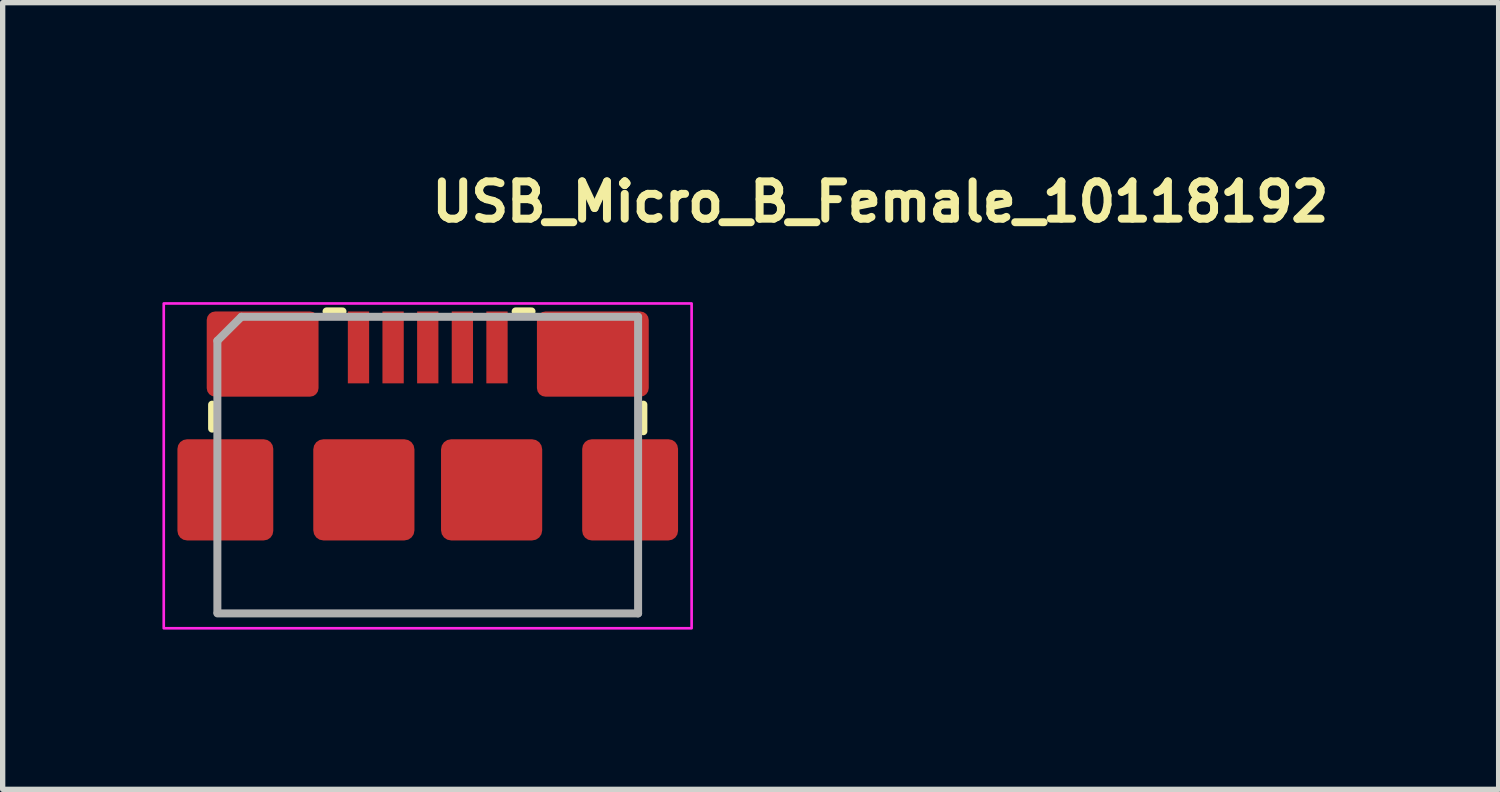
<source format=kicad_pcb>
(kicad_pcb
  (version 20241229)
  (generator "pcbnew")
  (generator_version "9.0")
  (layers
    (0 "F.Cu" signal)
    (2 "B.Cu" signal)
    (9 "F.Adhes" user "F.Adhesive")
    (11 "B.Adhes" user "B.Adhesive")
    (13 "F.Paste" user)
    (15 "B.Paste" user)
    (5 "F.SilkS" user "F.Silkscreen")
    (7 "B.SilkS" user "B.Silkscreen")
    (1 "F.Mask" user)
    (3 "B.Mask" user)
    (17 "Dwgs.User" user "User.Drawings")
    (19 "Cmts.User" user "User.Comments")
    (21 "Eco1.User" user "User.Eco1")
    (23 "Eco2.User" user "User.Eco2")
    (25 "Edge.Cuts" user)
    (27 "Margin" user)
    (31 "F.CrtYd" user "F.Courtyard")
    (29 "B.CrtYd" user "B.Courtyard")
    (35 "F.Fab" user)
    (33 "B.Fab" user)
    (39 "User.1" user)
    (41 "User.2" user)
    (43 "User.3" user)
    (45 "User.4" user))
  (footprint "USB_Micro_B_Female_10118192"
    (layer "F.Cu")
    (at 4.983 5.7)
    (property "Reference" "USB_Micro_B_Female_10118192" (at 0 -4.55 0) (layer "F.SilkS") (effects (font (size 0.7 0.7) (thickness 0.15)) (justify left bottom)))
    (attr smd)
    (fp_line (start -4.05 -1.151) (end -4.05 -0.701) (stroke (width 0.15) (type solid)) (layer "F.SilkS"))
    (fp_line (start -1.901 -2.902) (end -1.601 -2.902) (stroke (width 0.15) (type solid)) (layer "F.SilkS"))
    (fp_line (start 1.65 -2.902) (end 1.949 -2.902) (stroke (width 0.15) (type solid)) (layer "F.SilkS"))
    (fp_line (start 4.049 -1.151) (end 4.049 -0.652) (stroke (width 0.15) (type solid)) (layer "F.SilkS"))
    (fp_rect (start -4.958 -3.051) (end 4.955 3.048) (stroke (width 0.05) (type solid)) (fill no) (layer "F.CrtYd"))
    (fp_line (start -3.951 -2.351) (end -3.951 2.749) (stroke (width 0.15) (type solid)) (layer "F.Fab"))
    (fp_line (start -3.951 -2.351) (end -3.5 -2.801) (stroke (width 0.15) (type solid)) (layer "F.Fab"))
    (fp_line (start -3.951 2.769) (end 3.95 2.769) (stroke (width 0.15) (type solid)) (layer "F.Fab"))
    (fp_line (start 3.95 -2.801) (end -3.5 -2.801) (stroke (width 0.15) (type solid)) (layer "F.Fab"))
    (fp_line (start 3.95 2.769) (end 3.95 -2.801) (stroke (width 0.15) (type solid)) (layer "F.Fab"))
    (fp_rect (start -3.958 -2.551) (end 3.955 2.548) (stroke (width 0.1) (type solid)) (fill no) (layer "User.5"))
    (fp_line (start -3.958 0.091) (end -3.956 0.084) (stroke (width 0.02) (type solid)) (layer "User.9"))
    (fp_line (start -3.958 0.099) (end -3.958 0.091) (stroke (width 0.02) (type solid)) (layer "User.9"))
    (fp_line (start -3.958 0.099) (end -3.958 0.699) (stroke (width 0.02) (type solid)) (layer "User.9"))
    (fp_line (start -3.958 0.706) (end -3.958 0.7) (stroke (width 0.02) (type solid)) (layer "User.9"))
    (fp_line (start -3.956 0.084) (end -3.955 0.076) (stroke (width 0.02) (type solid)) (layer "User.9"))
    (fp_line (start -3.956 0.714) (end -3.958 0.706) (stroke (width 0.02) (type solid)) (layer "User.9"))
    (fp_line (start -3.955 0.069) (end -3.952 0.061) (stroke (width 0.02) (type solid)) (layer "User.9"))
    (fp_line (start -3.955 0.076) (end -3.955 0.069) (stroke (width 0.02) (type solid)) (layer "User.9"))
    (fp_line (start -3.955 0.721) (end -3.956 0.714) (stroke (width 0.02) (type solid)) (layer "User.9"))
    (fp_line (start -3.955 0.729) (end -3.955 0.721) (stroke (width 0.02) (type solid)) (layer "User.9"))
    (fp_line (start -3.952 0.061) (end -3.951 0.054) (stroke (width 0.02) (type solid)) (layer "User.9"))
    (fp_line (start -3.952 0.736) (end -3.955 0.729) (stroke (width 0.02) (type solid)) (layer "User.9"))
    (fp_line (start -3.951 0.054) (end -3.948 0.048) (stroke (width 0.02) (type solid)) (layer "User.9"))
    (fp_line (start -3.951 0.743) (end -3.952 0.736) (stroke (width 0.02) (type solid)) (layer "User.9"))
    (fp_line (start -3.948 0.048) (end -3.946 0.041) (stroke (width 0.02) (type solid)) (layer "User.9"))
    (fp_line (start -3.948 0.75) (end -3.951 0.743) (stroke (width 0.02) (type solid)) (layer "User.9"))
    (fp_line (start -3.946 0.041) (end -3.943 0.034) (stroke (width 0.02) (type solid)) (layer "User.9"))
    (fp_line (start -3.946 0.757) (end -3.948 0.75) (stroke (width 0.02) (type solid)) (layer "User.9"))
    (fp_line (start -3.943 0.034) (end -3.939 0.028) (stroke (width 0.02) (type solid)) (layer "User.9"))
    (fp_line (start -3.943 0.764) (end -3.946 0.757) (stroke (width 0.02) (type solid)) (layer "User.9"))
    (fp_line (start -3.939 0.028) (end -3.935 0.021) (stroke (width 0.02) (type solid)) (layer "User.9"))
    (fp_line (start -3.939 0.771) (end -3.943 0.764) (stroke (width 0.02) (type solid)) (layer "User.9"))
    (fp_line (start -3.935 0.021) (end -3.931 0.016) (stroke (width 0.02) (type solid)) (layer "User.9"))
    (fp_line (start -3.935 0.777) (end -3.939 0.771) (stroke (width 0.02) (type solid)) (layer "User.9"))
    (fp_line (start -3.931 0.016) (end -3.927 0.01) (stroke (width 0.02) (type solid)) (layer "User.9"))
    (fp_line (start -3.931 0.783) (end -3.935 0.777) (stroke (width 0.02) (type solid)) (layer "User.9"))
    (fp_line (start -3.927 0.01) (end -3.923 0.004) (stroke (width 0.02) (type solid)) (layer "User.9"))
    (fp_line (start -3.927 0.789) (end -3.931 0.783) (stroke (width 0.02) (type solid)) (layer "User.9"))
    (fp_line (start -3.923 0.004) (end -3.919 -0.001) (stroke (width 0.02) (type solid)) (layer "User.9"))
    (fp_line (start -3.923 0.795) (end -3.927 0.789) (stroke (width 0.02) (type solid)) (layer "User.9"))
    (fp_line (start -3.919 -0.001) (end -3.914 -0.007) (stroke (width 0.02) (type solid)) (layer "User.9"))
    (fp_line (start -3.919 0.8) (end -3.923 0.795) (stroke (width 0.02) (type solid)) (layer "User.9"))
    (fp_line (start -3.914 -0.007) (end -3.908 -0.012) (stroke (width 0.02) (type solid)) (layer "User.9"))
    (fp_line (start -3.914 0.806) (end -3.919 0.8) (stroke (width 0.02) (type solid)) (layer "User.9"))
    (fp_line (start -3.908 -0.012) (end -3.903 -0.016) (stroke (width 0.02) (type solid)) (layer "User.9"))
    (fp_line (start -3.908 0.811) (end -3.914 0.806) (stroke (width 0.02) (type solid)) (layer "User.9"))
    (fp_line (start -3.903 -0.016) (end -3.898 -0.022) (stroke (width 0.02) (type solid)) (layer "User.9"))
    (fp_line (start -3.903 0.815) (end -3.908 0.811) (stroke (width 0.02) (type solid)) (layer "User.9"))
    (fp_line (start -3.898 -0.022) (end -3.891 -0.026) (stroke (width 0.02) (type solid)) (layer "User.9"))
    (fp_line (start -3.898 0.82) (end -3.903 0.815) (stroke (width 0.02) (type solid)) (layer "User.9"))
    (fp_line (start -3.891 -0.026) (end -3.886 -0.03) (stroke (width 0.02) (type solid)) (layer "User.9"))
    (fp_line (start -3.891 0.824) (end -3.898 0.82) (stroke (width 0.02) (type solid)) (layer "User.9"))
    (fp_line (start -3.886 -0.03) (end -3.879 -0.032) (stroke (width 0.02) (type solid)) (layer "User.9"))
    (fp_line (start -3.886 0.828) (end -3.891 0.824) (stroke (width 0.02) (type solid)) (layer "User.9"))
    (fp_line (start -3.879 -0.032) (end -3.872 -0.037) (stroke (width 0.02) (type solid)) (layer "User.9"))
    (fp_line (start -3.879 0.831) (end -3.886 0.828) (stroke (width 0.02) (type solid)) (layer "User.9"))
    (fp_line (start -3.872 -0.037) (end -3.866 -0.039) (stroke (width 0.02) (type solid)) (layer "User.9"))
    (fp_line (start -3.872 0.834) (end -3.879 0.831) (stroke (width 0.02) (type solid)) (layer "User.9"))
    (fp_line (start -3.866 -0.039) (end -3.859 -0.042) (stroke (width 0.02) (type solid)) (layer "User.9"))
    (fp_line (start -3.866 0.837) (end -3.872 0.834) (stroke (width 0.02) (type solid)) (layer "User.9"))
    (fp_line (start -3.859 -0.042) (end -3.851 -0.044) (stroke (width 0.02) (type solid)) (layer "User.9"))
    (fp_line (start -3.859 0.839) (end -3.866 0.837) (stroke (width 0.02) (type solid)) (layer "User.9"))
    (fp_line (start -3.851 -0.044) (end -3.844 -0.046) (stroke (width 0.02) (type solid)) (layer "User.9"))
    (fp_line (start -3.851 0.842) (end -3.859 0.839) (stroke (width 0.02) (type solid)) (layer "User.9"))
    (fp_line (start -3.844 -0.046) (end -3.838 -0.047) (stroke (width 0.02) (type solid)) (layer "User.9"))
    (fp_line (start -3.844 0.844) (end -3.851 0.842) (stroke (width 0.02) (type solid)) (layer "User.9"))
    (fp_line (start -3.838 -0.047) (end -3.83 -0.05) (stroke (width 0.02) (type solid)) (layer "User.9"))
    (fp_line (start -3.838 0.845) (end -3.844 0.844) (stroke (width 0.02) (type solid)) (layer "User.9"))
    (fp_line (start -3.83 -0.05) (end -3.822 -0.051) (stroke (width 0.02) (type solid)) (layer "User.9"))
    (fp_line (start -3.83 0.847) (end -3.838 0.845) (stroke (width 0.02) (type solid)) (layer "User.9"))
    (fp_line (start -3.822 -0.051) (end -3.815 -0.051) (stroke (width 0.02) (type solid)) (layer "User.9"))
    (fp_line (start -3.822 0.848) (end -3.83 0.847) (stroke (width 0.02) (type solid)) (layer "User.9"))
    (fp_line (start -3.815 -0.051) (end -3.807 -0.052) (stroke (width 0.02) (type solid)) (layer "User.9"))
    (fp_line (start -3.815 0.848) (end -3.822 0.848) (stroke (width 0.02) (type solid)) (layer "User.9"))
    (fp_line (start -3.807 0.848) (end -3.815 0.848) (stroke (width 0.02) (type solid)) (layer "User.9"))
    (fp_line (start -3.807 0.848) (end -3.75 0.848) (stroke (width 0.02) (type solid)) (layer "User.9"))
    (fp_line (start -3.797 0.848) (end -3.797 0.848) (stroke (width 0.02) (type solid)) (layer "User.9"))
    (fp_line (start -3.75 -2.452) (end -3.75 2.548) (stroke (width 0.02) (type solid)) (layer "User.9"))
    (fp_line (start -3.75 -0.052) (end -3.807 -0.052) (stroke (width 0.02) (type solid)) (layer "User.9"))
    (fp_line (start -3.75 2.548) (end -3.618 2.548) (stroke (width 0.02) (type solid)) (layer "User.9"))
    (fp_line (start -3.618 -2.452) (end -3.75 -2.452) (stroke (width 0.02) (type solid)) (layer "User.9"))
    (fp_line (start -3.618 -2.452) (end -3.618 -2.452) (stroke (width 0.02) (type solid)) (layer "User.9"))
    (fp_line (start -3.618 2.548) (end -3.618 2.548) (stroke (width 0.02) (type solid)) (layer "User.9"))
    (fp_line (start -3.618 2.548) (end -3.301 2.548) (stroke (width 0.02) (type solid)) (layer "User.9"))
    (fp_line (start -3.301 -2.452) (end -3.618 -2.452) (stroke (width 0.02) (type solid)) (layer "User.9"))
    (fp_line (start -3.242 -2.452) (end -2.75 -2.452) (stroke (width 0.02) (type solid)) (layer "User.9"))
    (fp_line (start -3.121 -1.571) (end -3.121 -1.651) (stroke (width 0.02) (type solid)) (layer "User.9"))
    (fp_line (start -3.121 -1.571) (end -3.12 -1.555) (stroke (width 0.02) (type solid)) (layer "User.9"))
    (fp_line (start -3.12 -1.672) (end -3.12 -1.661) (stroke (width 0.02) (type solid)) (layer "User.9"))
    (fp_line (start -3.12 -1.661) (end -3.121 -1.651) (stroke (width 0.02) (type solid)) (layer "User.9"))
    (fp_line (start -3.12 -1.555) (end -3.117 -1.539) (stroke (width 0.02) (type solid)) (layer "User.9"))
    (fp_line (start -3.117 -1.692) (end -3.117 -1.682) (stroke (width 0.02) (type solid)) (layer "User.9"))
    (fp_line (start -3.117 -1.682) (end -3.12 -1.672) (stroke (width 0.02) (type solid)) (layer "User.9"))
    (fp_line (start -3.117 -1.539) (end -3.114 -1.524) (stroke (width 0.02) (type solid)) (layer "User.9"))
    (fp_line (start -3.114 -1.524) (end -3.11 -1.508) (stroke (width 0.02) (type solid)) (layer "User.9"))
    (fp_line (start -3.113 -1.7) (end -3.117 -1.692) (stroke (width 0.02) (type solid)) (layer "User.9"))
    (fp_line (start -3.112 -1.71) (end -3.113 -1.7) (stroke (width 0.02) (type solid)) (layer "User.9"))
    (fp_line (start -3.11 -1.508) (end -3.105 -1.494) (stroke (width 0.02) (type solid)) (layer "User.9"))
    (fp_line (start -3.109 -1.72) (end -3.112 -1.71) (stroke (width 0.02) (type solid)) (layer "User.9"))
    (fp_line (start -3.105 -1.728) (end -3.109 -1.72) (stroke (width 0.02) (type solid)) (layer "User.9"))
    (fp_line (start -3.105 -1.494) (end -3.097 -1.48) (stroke (width 0.02) (type solid)) (layer "User.9"))
    (fp_line (start -3.101 -1.738) (end -3.105 -1.728) (stroke (width 0.02) (type solid)) (layer "User.9"))
    (fp_line (start -3.097 -1.746) (end -3.101 -1.738) (stroke (width 0.02) (type solid)) (layer "User.9"))
    (fp_line (start -3.097 -1.48) (end -3.09 -1.466) (stroke (width 0.02) (type solid)) (layer "User.9"))
    (fp_line (start -3.092 -1.754) (end -3.097 -1.746) (stroke (width 0.02) (type solid)) (layer "User.9"))
    (fp_line (start -3.09 -1.466) (end -3.081 -1.452) (stroke (width 0.02) (type solid)) (layer "User.9"))
    (fp_line (start -3.086 -1.762) (end -3.092 -1.754) (stroke (width 0.02) (type solid)) (layer "User.9"))
    (fp_line (start -3.081 -1.77) (end -3.086 -1.762) (stroke (width 0.02) (type solid)) (layer "User.9"))
    (fp_line (start -3.081 -1.452) (end -3.072 -1.44) (stroke (width 0.02) (type solid)) (layer "User.9"))
    (fp_line (start -3.074 -1.778) (end -3.081 -1.77) (stroke (width 0.02) (type solid)) (layer "User.9"))
    (fp_line (start -3.072 -1.44) (end -3.061 -1.43) (stroke (width 0.02) (type solid)) (layer "User.9"))
    (fp_line (start -3.068 -1.786) (end -3.074 -1.778) (stroke (width 0.02) (type solid)) (layer "User.9"))
    (fp_line (start -3.061 -1.792) (end -3.068 -1.786) (stroke (width 0.02) (type solid)) (layer "User.9"))
    (fp_line (start -3.061 -1.43) (end -3.049 -1.418) (stroke (width 0.02) (type solid)) (layer "User.9"))
    (fp_line (start -3.055 -1.799) (end -3.061 -1.792) (stroke (width 0.02) (type solid)) (layer "User.9"))
    (fp_line (start -3.049 -1.418) (end -3.037 -1.408) (stroke (width 0.02) (type solid)) (layer "User.9"))
    (fp_line (start -3.048 -1.805) (end -3.055 -1.799) (stroke (width 0.02) (type solid)) (layer "User.9"))
    (fp_line (start -3.04 -1.811) (end -3.048 -1.805) (stroke (width 0.02) (type solid)) (layer "User.9"))
    (fp_line (start -3.037 -1.408) (end -3.024 -1.401) (stroke (width 0.02) (type solid)) (layer "User.9"))
    (fp_line (start -3.032 -1.817) (end -3.04 -1.811) (stroke (width 0.02) (type solid)) (layer "User.9"))
    (fp_line (start -3.025 -1.732) (end -3.008 -1.732) (stroke (width 0.02) (type solid)) (layer "User.9"))
    (fp_line (start -3.024 -1.823) (end -3.032 -1.817) (stroke (width 0.02) (type solid)) (layer "User.9"))
    (fp_line (start -3.024 -1.401) (end -3.011 -1.393) (stroke (width 0.02) (type solid)) (layer "User.9"))
    (fp_line (start -3.016 -1.827) (end -3.024 -1.823) (stroke (width 0.02) (type solid)) (layer "User.9"))
    (fp_line (start -3.011 -1.393) (end -2.996 -1.385) (stroke (width 0.02) (type solid)) (layer "User.9"))
    (fp_line (start -3.008 -1.732) (end -2.992 -1.732) (stroke (width 0.02) (type solid)) (layer "User.9"))
    (fp_line (start -3.007 -1.831) (end -3.016 -1.827) (stroke (width 0.02) (type solid)) (layer "User.9"))
    (fp_line (start -2.999 -1.835) (end -3.007 -1.831) (stroke (width 0.02) (type solid)) (layer "User.9"))
    (fp_line (start -2.996 -1.385) (end -2.98 -1.381) (stroke (width 0.02) (type solid)) (layer "User.9"))
    (fp_line (start -2.992 -1.732) (end -2.976 -1.736) (stroke (width 0.02) (type solid)) (layer "User.9"))
    (fp_line (start -2.988 -1.839) (end -2.999 -1.835) (stroke (width 0.02) (type solid)) (layer "User.9"))
    (fp_line (start -2.98 -1.843) (end -2.988 -1.839) (stroke (width 0.02) (type solid)) (layer "User.9"))
    (fp_line (start -2.976 -1.736) (end -2.96 -1.738) (stroke (width 0.02) (type solid)) (layer "User.9"))
    (fp_line (start -2.973 -1.379) (end -2.98 -1.381) (stroke (width 0.02) (type solid)) (layer "User.9"))
    (fp_line (start -2.971 -1.845) (end -2.98 -1.843) (stroke (width 0.02) (type solid)) (layer "User.9"))
    (fp_line (start -2.965 -1.377) (end -2.973 -1.379) (stroke (width 0.02) (type solid)) (layer "User.9"))
    (fp_line (start -2.96 -1.847) (end -2.971 -1.845) (stroke (width 0.02) (type solid)) (layer "User.9"))
    (fp_line (start -2.96 -1.738) (end -2.947 -1.742) (stroke (width 0.02) (type solid)) (layer "User.9"))
    (fp_line (start -2.959 -1.375) (end -2.965 -1.377) (stroke (width 0.02) (type solid)) (layer "User.9"))
    (fp_line (start -2.951 -1.849) (end -2.96 -1.847) (stroke (width 0.02) (type solid)) (layer "User.9"))
    (fp_line (start -2.951 -1.373) (end -2.959 -1.375) (stroke (width 0.02) (type solid)) (layer "User.9"))
    (fp_line (start -2.947 -1.742) (end -2.931 -1.746) (stroke (width 0.02) (type solid)) (layer "User.9"))
    (fp_line (start -2.943 -1.373) (end -2.951 -1.373) (stroke (width 0.02) (type solid)) (layer "User.9"))
    (fp_line (start -2.94 -1.849) (end -2.951 -1.849) (stroke (width 0.02) (type solid)) (layer "User.9"))
    (fp_line (start -2.935 -1.371) (end -2.943 -1.373) (stroke (width 0.02) (type solid)) (layer "User.9"))
    (fp_line (start -2.931 -1.851) (end -2.94 -1.849) (stroke (width 0.02) (type solid)) (layer "User.9"))
    (fp_line (start -2.931 -1.746) (end -2.918 -1.75) (stroke (width 0.02) (type solid)) (layer "User.9"))
    (fp_line (start -2.927 -1.371) (end -2.935 -1.371) (stroke (width 0.02) (type solid)) (layer "User.9"))
    (fp_line (start -2.926 1.195) (end -2.926 1.199) (stroke (width 0.02) (type solid)) (layer "User.9"))
    (fp_line (start -2.926 1.499) (end -2.926 1.199) (stroke (width 0.02) (type solid)) (layer "User.9"))
    (fp_line (start -2.926 1.499) (end -2.926 1.505) (stroke (width 0.02) (type solid)) (layer "User.9"))
    (fp_line (start -2.926 1.505) (end -2.924 1.509) (stroke (width 0.02) (type solid)) (layer "User.9"))
    (fp_line (start -2.924 1.185) (end -2.924 1.189) (stroke (width 0.02) (type solid)) (layer "User.9"))
    (fp_line (start -2.924 1.189) (end -2.926 1.195) (stroke (width 0.02) (type solid)) (layer "User.9"))
    (fp_line (start -2.924 1.509) (end -2.924 1.515) (stroke (width 0.02) (type solid)) (layer "User.9"))
    (fp_line (start -2.924 1.515) (end -2.923 1.519) (stroke (width 0.02) (type solid)) (layer "User.9"))
    (fp_line (start -2.923 1.177) (end -2.923 1.181) (stroke (width 0.02) (type solid)) (layer "User.9"))
    (fp_line (start -2.923 1.181) (end -2.924 1.185) (stroke (width 0.02) (type solid)) (layer "User.9"))
    (fp_line (start -2.923 1.519) (end -2.923 1.523) (stroke (width 0.02) (type solid)) (layer "User.9"))
    (fp_line (start -2.923 1.523) (end -2.92 1.529) (stroke (width 0.02) (type solid)) (layer "User.9"))
    (fp_line (start -2.922 1.173) (end -2.923 1.177) (stroke (width 0.02) (type solid)) (layer "User.9"))
    (fp_line (start -2.92 -1.851) (end -2.931 -1.851) (stroke (width 0.02) (type solid)) (layer "User.9"))
    (fp_line (start -2.92 -1.851) (end -2.904 -1.851) (stroke (width 0.02) (type solid)) (layer "User.9"))
    (fp_line (start -2.92 -1.371) (end -2.927 -1.371) (stroke (width 0.02) (type solid)) (layer "User.9"))
    (fp_line (start -2.92 1.167) (end -2.922 1.173) (stroke (width 0.02) (type solid)) (layer "User.9"))
    (fp_line (start -2.92 1.529) (end -2.919 1.533) (stroke (width 0.02) (type solid)) (layer "User.9"))
    (fp_line (start -2.919 1.163) (end -2.92 1.167) (stroke (width 0.02) (type solid)) (layer "User.9"))
    (fp_line (start -2.919 1.533) (end -2.918 1.538) (stroke (width 0.02) (type solid)) (layer "User.9"))
    (fp_line (start -2.918 -1.75) (end -2.904 -1.756) (stroke (width 0.02) (type solid)) (layer "User.9"))
    (fp_line (start -2.918 1.159) (end -2.919 1.163) (stroke (width 0.02) (type solid)) (layer "User.9"))
    (fp_line (start -2.918 1.538) (end -2.915 1.542) (stroke (width 0.02) (type solid)) (layer "User.9"))
    (fp_line (start -2.915 1.155) (end -2.918 1.159) (stroke (width 0.02) (type solid)) (layer "User.9"))
    (fp_line (start -2.915 1.542) (end -2.914 1.546) (stroke (width 0.02) (type solid)) (layer "User.9"))
    (fp_line (start -2.914 1.152) (end -2.915 1.155) (stroke (width 0.02) (type solid)) (layer "User.9"))
    (fp_line (start -2.914 1.546) (end -2.911 1.55) (stroke (width 0.02) (type solid)) (layer "User.9"))
    (fp_line (start -2.911 1.148) (end -2.914 1.152) (stroke (width 0.02) (type solid)) (layer "User.9"))
    (fp_line (start -2.911 1.148) (end -2.843 1.148) (stroke (width 0.02) (type solid)) (layer "User.9"))
    (fp_line (start -2.911 1.55) (end -2.908 1.554) (stroke (width 0.02) (type solid)) (layer "User.9"))
    (fp_line (start -2.908 1.144) (end -2.911 1.148) (stroke (width 0.02) (type solid)) (layer "User.9"))
    (fp_line (start -2.908 1.554) (end -2.906 1.558) (stroke (width 0.02) (type solid)) (layer "User.9"))
    (fp_line (start -2.907 1.14) (end -2.908 1.144) (stroke (width 0.02) (type solid)) (layer "User.9"))
    (fp_line (start -2.906 1.558) (end -2.903 1.562) (stroke (width 0.02) (type solid)) (layer "User.9"))
    (fp_line (start -2.904 -2.452) (end -3.301 -2.452) (stroke (width 0.02) (type solid)) (layer "User.9"))
    (fp_line (start -2.904 -1.851) (end -2.616 -1.851) (stroke (width 0.02) (type solid)) (layer "User.9"))
    (fp_line (start -2.904 -1.756) (end -2.891 -1.762) (stroke (width 0.02) (type solid)) (layer "User.9"))
    (fp_line (start -2.903 1.138) (end -2.907 1.14) (stroke (width 0.02) (type solid)) (layer "User.9"))
    (fp_line (start -2.903 1.562) (end -2.899 1.566) (stroke (width 0.02) (type solid)) (layer "User.9"))
    (fp_line (start -2.9 1.134) (end -2.903 1.138) (stroke (width 0.02) (type solid)) (layer "User.9"))
    (fp_line (start -2.899 1.13) (end -2.9 1.134) (stroke (width 0.02) (type solid)) (layer "User.9"))
    (fp_line (start -2.899 1.566) (end -2.895 1.57) (stroke (width 0.02) (type solid)) (layer "User.9"))
    (fp_line (start -2.895 1.128) (end -2.899 1.13) (stroke (width 0.02) (type solid)) (layer "User.9"))
    (fp_line (start -2.895 1.57) (end -2.892 1.574) (stroke (width 0.02) (type solid)) (layer "User.9"))
    (fp_line (start -2.892 1.574) (end -2.888 1.576) (stroke (width 0.02) (type solid)) (layer "User.9"))
    (fp_line (start -2.891 -1.762) (end -2.879 -1.77) (stroke (width 0.02) (type solid)) (layer "User.9"))
    (fp_line (start -2.891 1.124) (end -2.895 1.128) (stroke (width 0.02) (type solid)) (layer "User.9"))
    (fp_line (start -2.888 1.122) (end -2.891 1.124) (stroke (width 0.02) (type solid)) (layer "User.9"))
    (fp_line (start -2.888 1.576) (end -2.886 1.58) (stroke (width 0.02) (type solid)) (layer "User.9"))
    (fp_line (start -2.886 1.118) (end -2.888 1.122) (stroke (width 0.02) (type solid)) (layer "User.9"))
    (fp_line (start -2.886 1.58) (end -2.882 1.582) (stroke (width 0.02) (type solid)) (layer "User.9"))
    (fp_line (start -2.882 1.116) (end -2.886 1.118) (stroke (width 0.02) (type solid)) (layer "User.9"))
    (fp_line (start -2.882 1.582) (end -2.878 1.584) (stroke (width 0.02) (type solid)) (layer "User.9"))
    (fp_line (start -2.879 -1.77) (end -2.867 -1.776) (stroke (width 0.02) (type solid)) (layer "User.9"))
    (fp_line (start -2.878 1.114) (end -2.882 1.116) (stroke (width 0.02) (type solid)) (layer "User.9"))
    (fp_line (start -2.878 1.584) (end -2.872 1.586) (stroke (width 0.02) (type solid)) (layer "User.9"))
    (fp_line (start -2.875 1.112) (end -2.878 1.114) (stroke (width 0.02) (type solid)) (layer "User.9"))
    (fp_line (start -2.872 1.586) (end -2.868 1.59) (stroke (width 0.02) (type solid)) (layer "User.9"))
    (fp_line (start -2.871 1.11) (end -2.875 1.112) (stroke (width 0.02) (type solid)) (layer "User.9"))
    (fp_line (start -2.868 1.59) (end -2.864 1.592) (stroke (width 0.02) (type solid)) (layer "User.9"))
    (fp_line (start -2.867 -1.776) (end -2.855 -1.784) (stroke (width 0.02) (type solid)) (layer "User.9"))
    (fp_line (start -2.867 1.108) (end -2.871 1.11) (stroke (width 0.02) (type solid)) (layer "User.9"))
    (fp_line (start -2.864 1.592) (end -2.859 1.592) (stroke (width 0.02) (type solid)) (layer "User.9"))
    (fp_line (start -2.863 1.106) (end -2.867 1.108) (stroke (width 0.02) (type solid)) (layer "User.9"))
    (fp_line (start -2.859 1.592) (end -2.855 1.594) (stroke (width 0.02) (type solid)) (layer "User.9"))
    (fp_line (start -2.858 1.104) (end -2.863 1.106) (stroke (width 0.02) (type solid)) (layer "User.9"))
    (fp_line (start -2.855 -1.784) (end -2.843 -1.792) (stroke (width 0.02) (type solid)) (layer "User.9"))
    (fp_line (start -2.855 1.594) (end -2.851 1.596) (stroke (width 0.02) (type solid)) (layer "User.9"))
    (fp_line (start -2.854 1.104) (end -2.858 1.104) (stroke (width 0.02) (type solid)) (layer "User.9"))
    (fp_line (start -2.851 1.596) (end -2.846 1.596) (stroke (width 0.02) (type solid)) (layer "User.9"))
    (fp_line (start -2.85 1.102) (end -2.854 1.104) (stroke (width 0.02) (type solid)) (layer "User.9"))
    (fp_line (start -2.846 1.596) (end -2.84 1.598) (stroke (width 0.02) (type solid)) (layer "User.9"))
    (fp_line (start -2.844 1.1) (end -2.85 1.102) (stroke (width 0.02) (type solid)) (layer "User.9"))
    (fp_line (start -2.843 -1.792) (end -2.834 -1.801) (stroke (width 0.02) (type solid)) (layer "User.9"))
    (fp_line (start -2.84 1.1) (end -2.844 1.1) (stroke (width 0.02) (type solid)) (layer "User.9"))
    (fp_line (start -2.84 1.598) (end -2.835 1.598) (stroke (width 0.02) (type solid)) (layer "User.9"))
    (fp_line (start -2.835 1.1) (end -2.84 1.1) (stroke (width 0.02) (type solid)) (layer "User.9"))
    (fp_line (start -2.835 1.598) (end -2.831 1.598) (stroke (width 0.02) (type solid)) (layer "User.9"))
    (fp_line (start -2.834 -1.801) (end -2.823 -1.811) (stroke (width 0.02) (type solid)) (layer "User.9"))
    (fp_line (start -2.831 1.098) (end -2.835 1.1) (stroke (width 0.02) (type solid)) (layer "User.9"))
    (fp_line (start -2.831 1.598) (end -2.826 1.598) (stroke (width 0.02) (type solid)) (layer "User.9"))
    (fp_line (start -2.827 1.098) (end -2.831 1.098) (stroke (width 0.02) (type solid)) (layer "User.9"))
    (fp_line (start -2.823 -1.811) (end -2.813 -1.821) (stroke (width 0.02) (type solid)) (layer "User.9"))
    (fp_line (start -2.823 1.096) (end -2.827 1.098) (stroke (width 0.02) (type solid)) (layer "User.9"))
    (fp_line (start -2.819 1.094) (end -2.823 1.096) (stroke (width 0.02) (type solid)) (layer "User.9"))
    (fp_line (start -2.814 1.092) (end -2.819 1.094) (stroke (width 0.02) (type solid)) (layer "User.9"))
    (fp_line (start -2.813 -1.821) (end -2.802 -1.831) (stroke (width 0.02) (type solid)) (layer "User.9"))
    (fp_line (start -2.81 1.09) (end -2.814 1.092) (stroke (width 0.02) (type solid)) (layer "User.9"))
    (fp_line (start -2.806 1.088) (end -2.81 1.09) (stroke (width 0.02) (type solid)) (layer "User.9"))
    (fp_line (start -2.802 1.086) (end -2.806 1.088) (stroke (width 0.02) (type solid)) (layer "User.9"))
    (fp_line (start -2.798 1.084) (end -2.802 1.086) (stroke (width 0.02) (type solid)) (layer "User.9"))
    (fp_line (start -2.795 1.082) (end -2.798 1.084) (stroke (width 0.02) (type solid)) (layer "User.9"))
    (fp_line (start -2.791 1.078) (end -2.795 1.082) (stroke (width 0.02) (type solid)) (layer "User.9"))
    (fp_line (start -2.789 1.076) (end -2.791 1.078) (stroke (width 0.02) (type solid)) (layer "User.9"))
    (fp_line (start -2.786 1.072) (end -2.789 1.076) (stroke (width 0.02) (type solid)) (layer "User.9"))
    (fp_line (start -2.782 1.07) (end -2.786 1.072) (stroke (width 0.02) (type solid)) (layer "User.9"))
    (fp_line (start -2.779 1.066) (end -2.782 1.07) (stroke (width 0.02) (type solid)) (layer "User.9"))
    (fp_line (start -2.777 1.064) (end -2.779 1.066) (stroke (width 0.02) (type solid)) (layer "User.9"))
    (fp_line (start -2.774 1.06) (end -2.777 1.064) (stroke (width 0.02) (type solid)) (layer "User.9"))
    (fp_line (start -2.771 1.056) (end -2.774 1.06) (stroke (width 0.02) (type solid)) (layer "User.9"))
    (fp_line (start -2.77 1.052) (end -2.771 1.056) (stroke (width 0.02) (type solid)) (layer "User.9"))
    (fp_line (start -2.767 1.048) (end -2.77 1.052) (stroke (width 0.02) (type solid)) (layer "User.9"))
    (fp_line (start -2.766 1.044) (end -2.767 1.048) (stroke (width 0.02) (type solid)) (layer "User.9"))
    (fp_line (start -2.763 1.04) (end -2.766 1.044) (stroke (width 0.02) (type solid)) (layer "User.9"))
    (fp_line (start -2.762 1.036) (end -2.763 1.04) (stroke (width 0.02) (type solid)) (layer "User.9"))
    (fp_line (start -2.761 1.032) (end -2.762 1.036) (stroke (width 0.02) (type solid)) (layer "User.9"))
    (fp_line (start -2.758 1.024) (end -2.758 1.028) (stroke (width 0.02) (type solid)) (layer "User.9"))
    (fp_line (start -2.758 1.028) (end -2.761 1.032) (stroke (width 0.02) (type solid)) (layer "User.9"))
    (fp_line (start -2.757 1.015) (end -2.757 1.019) (stroke (width 0.02) (type solid)) (layer "User.9"))
    (fp_line (start -2.757 1.019) (end -2.758 1.024) (stroke (width 0.02) (type solid)) (layer "User.9"))
    (fp_line (start -2.755 0.195) (end -2.755 0.199) (stroke (width 0.02) (type solid)) (layer "User.9"))
    (fp_line (start -2.755 0.848) (end -2.754 0.848) (stroke (width 0.02) (type solid)) (layer "User.9"))
    (fp_line (start -2.755 1.001) (end -2.755 0.199) (stroke (width 0.02) (type solid)) (layer "User.9"))
    (fp_line (start -2.755 1.001) (end -2.755 1.005) (stroke (width 0.02) (type solid)) (layer "User.9"))
    (fp_line (start -2.755 1.005) (end -2.755 1.011) (stroke (width 0.02) (type solid)) (layer "User.9"))
    (fp_line (start -2.755 1.011) (end -2.757 1.015) (stroke (width 0.02) (type solid)) (layer "User.9"))
    (fp_line (start -2.754 0.179) (end -2.754 0.184) (stroke (width 0.02) (type solid)) (layer "User.9"))
    (fp_line (start -2.754 0.184) (end -2.754 0.189) (stroke (width 0.02) (type solid)) (layer "User.9"))
    (fp_line (start -2.754 0.189) (end -2.755 0.195) (stroke (width 0.02) (type solid)) (layer "User.9"))
    (fp_line (start -2.754 0.848) (end -2.754 0.184) (stroke (width 0.02) (type solid)) (layer "User.9"))
    (fp_line (start -2.754 0.848) (end -2.746 0.848) (stroke (width 0.02) (type solid)) (layer "User.9"))
    (fp_line (start -2.753 0.175) (end -2.754 0.179) (stroke (width 0.02) (type solid)) (layer "User.9"))
    (fp_line (start -2.75 0.166) (end -2.75 0.17) (stroke (width 0.02) (type solid)) (layer "User.9"))
    (fp_line (start -2.75 0.17) (end -2.753 0.175) (stroke (width 0.02) (type solid)) (layer "User.9"))
    (fp_line (start -2.747 0.161) (end -2.75 0.166) (stroke (width 0.02) (type solid)) (layer "User.9"))
    (fp_line (start -2.746 0.156) (end -2.747 0.161) (stroke (width 0.02) (type solid)) (layer "User.9"))
    (fp_line (start -2.746 0.848) (end -2.551 0.848) (stroke (width 0.02) (type solid)) (layer "User.9"))
    (fp_line (start -2.743 0.151) (end -2.746 0.156) (stroke (width 0.02) (type solid)) (layer "User.9"))
    (fp_line (start -2.741 0.147) (end -2.743 0.151) (stroke (width 0.02) (type solid)) (layer "User.9"))
    (fp_line (start -2.738 0.144) (end -2.741 0.147) (stroke (width 0.02) (type solid)) (layer "User.9"))
    (fp_line (start -2.735 0.14) (end -2.738 0.144) (stroke (width 0.02) (type solid)) (layer "User.9"))
    (fp_line (start -2.733 0.136) (end -2.735 0.14) (stroke (width 0.02) (type solid)) (layer "User.9"))
    (fp_line (start -2.73 0.132) (end -2.733 0.136) (stroke (width 0.02) (type solid)) (layer "User.9"))
    (fp_line (start -2.726 0.129) (end -2.73 0.132) (stroke (width 0.02) (type solid)) (layer "User.9"))
    (fp_line (start -2.726 0.129) (end -2.726 0.129) (stroke (width 0.02) (type solid)) (layer "User.9"))
    (fp_line (start -2.726 1.598) (end -2.826 1.598) (stroke (width 0.02) (type solid)) (layer "User.9"))
    (fp_line (start -2.726 1.648) (end -2.726 1.598) (stroke (width 0.02) (type solid)) (layer "User.9"))
    (fp_line (start -2.726 1.648) (end -2.726 1.749) (stroke (width 0.02) (type solid)) (layer "User.9"))
    (fp_line (start -2.726 1.648) (end -2.025 1.648) (stroke (width 0.02) (type solid)) (layer "User.9"))
    (fp_line (start -2.726 1.749) (end -2.025 1.749) (stroke (width 0.02) (type solid)) (layer "User.9"))
    (fp_line (start -2.726 1.963) (end -2.726 1.749) (stroke (width 0.02) (type solid)) (layer "User.9"))
    (fp_line (start -2.726 1.963) (end -2.726 2.055) (stroke (width 0.02) (type solid)) (layer "User.9"))
    (fp_line (start -2.726 1.963) (end -2.025 1.963) (stroke (width 0.02) (type solid)) (layer "User.9"))
    (fp_line (start -2.726 2.055) (end -2.726 2.14) (stroke (width 0.02) (type solid)) (layer "User.9"))
    (fp_line (start -2.722 0.124) (end -2.726 0.129) (stroke (width 0.02) (type solid)) (layer "User.9"))
    (fp_line (start -2.718 0.121) (end -2.722 0.124) (stroke (width 0.02) (type solid)) (layer "User.9"))
    (fp_line (start -2.714 0.119) (end -2.718 0.121) (stroke (width 0.02) (type solid)) (layer "User.9"))
    (fp_line (start -2.71 0.116) (end -2.714 0.119) (stroke (width 0.02) (type solid)) (layer "User.9"))
    (fp_line (start -2.706 0.114) (end -2.71 0.116) (stroke (width 0.02) (type solid)) (layer "User.9"))
    (fp_line (start -2.702 0.11) (end -2.706 0.114) (stroke (width 0.02) (type solid)) (layer "User.9"))
    (fp_line (start -2.698 0.108) (end -2.702 0.11) (stroke (width 0.02) (type solid)) (layer "User.9"))
    (fp_line (start -2.694 0.106) (end -2.698 0.108) (stroke (width 0.02) (type solid)) (layer "User.9"))
    (fp_line (start -2.689 0.104) (end -2.694 0.106) (stroke (width 0.02) (type solid)) (layer "User.9"))
    (fp_line (start -2.685 0.104) (end -2.689 0.104) (stroke (width 0.02) (type solid)) (layer "User.9"))
    (fp_line (start -2.68 0.103) (end -2.685 0.104) (stroke (width 0.02) (type solid)) (layer "User.9"))
    (fp_line (start -2.674 0.101) (end -2.68 0.103) (stroke (width 0.02) (type solid)) (layer "User.9"))
    (fp_line (start -2.669 0.101) (end -2.674 0.101) (stroke (width 0.02) (type solid)) (layer "User.9"))
    (fp_line (start -2.665 0.1) (end -2.669 0.101) (stroke (width 0.02) (type solid)) (layer "User.9"))
    (fp_line (start -2.661 0.1) (end -2.665 0.1) (stroke (width 0.02) (type solid)) (layer "User.9"))
    (fp_line (start -2.656 0.099) (end -2.661 0.1) (stroke (width 0.02) (type solid)) (layer "User.9"))
    (fp_line (start -2.656 0.099) (end -2.096 0.099) (stroke (width 0.02) (type solid)) (layer "User.9"))
    (fp_line (start -2.616 -2.452) (end -2.904 -2.452) (stroke (width 0.02) (type solid)) (layer "User.9"))
    (fp_line (start -2.616 -1.851) (end -2.044 -1.851) (stroke (width 0.02) (type solid)) (layer "User.9"))
    (fp_line (start -2.606 -1.371) (end -2.92 -1.371) (stroke (width 0.02) (type solid)) (layer "User.9"))
    (fp_line (start -2.585 -1.371) (end -2.606 -1.371) (stroke (width 0.02) (type solid)) (layer "User.9"))
    (fp_line (start -2.551 1.148) (end -2.843 1.148) (stroke (width 0.02) (type solid)) (layer "User.9"))
    (fp_line (start -2.549 -2.452) (end -2.75 -2.452) (stroke (width 0.02) (type solid)) (layer "User.9"))
    (fp_line (start -2.545 0.849) (end -2.551 0.848) (stroke (width 0.02) (type solid)) (layer "User.9"))
    (fp_line (start -2.545 1.148) (end -2.551 1.148) (stroke (width 0.02) (type solid)) (layer "User.9"))
    (fp_line (start -2.54 0.849) (end -2.545 0.849) (stroke (width 0.02) (type solid)) (layer "User.9"))
    (fp_line (start -2.54 1.148) (end -2.545 1.148) (stroke (width 0.02) (type solid)) (layer "User.9"))
    (fp_line (start -2.536 1.148) (end -2.54 1.148) (stroke (width 0.02) (type solid)) (layer "User.9"))
    (fp_line (start -2.535 0.85) (end -2.54 0.849) (stroke (width 0.02) (type solid)) (layer "User.9"))
    (fp_line (start -2.531 0.851) (end -2.535 0.85) (stroke (width 0.02) (type solid)) (layer "User.9"))
    (fp_line (start -2.531 1.148) (end -2.536 1.148) (stroke (width 0.02) (type solid)) (layer "User.9"))
    (fp_line (start -2.525 0.852) (end -2.531 0.851) (stroke (width 0.02) (type solid)) (layer "User.9"))
    (fp_line (start -2.525 1.146) (end -2.531 1.148) (stroke (width 0.02) (type solid)) (layer "User.9"))
    (fp_line (start -2.521 1.144) (end -2.525 1.146) (stroke (width 0.02) (type solid)) (layer "User.9"))
    (fp_line (start -2.52 0.853) (end -2.525 0.852) (stroke (width 0.02) (type solid)) (layer "User.9"))
    (fp_line (start -2.516 0.855) (end -2.52 0.853) (stroke (width 0.02) (type solid)) (layer "User.9"))
    (fp_line (start -2.516 1.144) (end -2.521 1.144) (stroke (width 0.02) (type solid)) (layer "User.9"))
    (fp_line (start -2.512 0.856) (end -2.516 0.855) (stroke (width 0.02) (type solid)) (layer "User.9"))
    (fp_line (start -2.512 1.142) (end -2.516 1.144) (stroke (width 0.02) (type solid)) (layer "User.9"))
    (fp_line (start -2.508 1.14) (end -2.512 1.142) (stroke (width 0.02) (type solid)) (layer "User.9"))
    (fp_line (start -2.507 0.858) (end -2.512 0.856) (stroke (width 0.02) (type solid)) (layer "User.9"))
    (fp_line (start -2.504 1.138) (end -2.508 1.14) (stroke (width 0.02) (type solid)) (layer "User.9"))
    (fp_line (start -2.503 0.861) (end -2.507 0.858) (stroke (width 0.02) (type solid)) (layer "User.9"))
    (fp_line (start -2.5 1.136) (end -2.504 1.138) (stroke (width 0.02) (type solid)) (layer "User.9"))
    (fp_line (start -2.499 0.863) (end -2.503 0.861) (stroke (width 0.02) (type solid)) (layer "User.9"))
    (fp_line (start -2.496 1.132) (end -2.5 1.136) (stroke (width 0.02) (type solid)) (layer "User.9"))
    (fp_line (start -2.495 0.866) (end -2.499 0.863) (stroke (width 0.02) (type solid)) (layer "User.9"))
    (fp_line (start -2.492 1.13) (end -2.496 1.132) (stroke (width 0.02) (type solid)) (layer "User.9"))
    (fp_line (start -2.491 0.868) (end -2.495 0.866) (stroke (width 0.02) (type solid)) (layer "User.9"))
    (fp_line (start -2.488 1.126) (end -2.492 1.13) (stroke (width 0.02) (type solid)) (layer "User.9"))
    (fp_line (start -2.487 0.871) (end -2.491 0.868) (stroke (width 0.02) (type solid)) (layer "User.9"))
    (fp_line (start -2.484 1.124) (end -2.488 1.126) (stroke (width 0.02) (type solid)) (layer "User.9"))
    (fp_line (start -2.483 0.874) (end -2.487 0.871) (stroke (width 0.02) (type solid)) (layer "User.9"))
    (fp_line (start -2.48 0.878) (end -2.483 0.874) (stroke (width 0.02) (type solid)) (layer "User.9"))
    (fp_line (start -2.48 1.12) (end -2.484 1.124) (stroke (width 0.02) (type solid)) (layer "User.9"))
    (fp_line (start -2.48 1.12) (end -2.476 1.116) (stroke (width 0.02) (type solid)) (layer "User.9"))
    (fp_line (start -2.476 0.881) (end -2.48 0.878) (stroke (width 0.02) (type solid)) (layer "User.9"))
    (fp_line (start -2.476 1.116) (end -2.473 1.114) (stroke (width 0.02) (type solid)) (layer "User.9"))
    (fp_line (start -2.473 0.885) (end -2.476 0.881) (stroke (width 0.02) (type solid)) (layer "User.9"))
    (fp_line (start -2.473 1.114) (end -2.471 1.11) (stroke (width 0.02) (type solid)) (layer "User.9"))
    (fp_line (start -2.471 0.889) (end -2.473 0.885) (stroke (width 0.02) (type solid)) (layer "User.9"))
    (fp_line (start -2.471 1.11) (end -2.468 1.106) (stroke (width 0.02) (type solid)) (layer "User.9"))
    (fp_line (start -2.468 0.893) (end -2.471 0.889) (stroke (width 0.02) (type solid)) (layer "User.9"))
    (fp_line (start -2.468 1.106) (end -2.464 1.1) (stroke (width 0.02) (type solid)) (layer "User.9"))
    (fp_line (start -2.464 0.898) (end -2.468 0.893) (stroke (width 0.02) (type solid)) (layer "User.9"))
    (fp_line (start -2.464 1.1) (end -2.463 1.096) (stroke (width 0.02) (type solid)) (layer "User.9"))
    (fp_line (start -2.463 0.902) (end -2.464 0.898) (stroke (width 0.02) (type solid)) (layer "User.9"))
    (fp_line (start -2.463 1.096) (end -2.46 1.092) (stroke (width 0.02) (type solid)) (layer "User.9"))
    (fp_line (start -2.46 -1.371) (end -2.585 -1.371) (stroke (width 0.02) (type solid)) (layer "User.9"))
    (fp_line (start -2.46 -1.371) (end -2.391 -1.371) (stroke (width 0.02) (type solid)) (layer "User.9"))
    (fp_line (start -2.46 0.906) (end -2.463 0.902) (stroke (width 0.02) (type solid)) (layer "User.9"))
    (fp_line (start -2.46 1.092) (end -2.457 1.088) (stroke (width 0.02) (type solid)) (layer "User.9"))
    (fp_line (start -2.459 0.911) (end -2.46 0.906) (stroke (width 0.02) (type solid)) (layer "User.9"))
    (fp_line (start -2.457 1.088) (end -2.456 1.084) (stroke (width 0.02) (type solid)) (layer "User.9"))
    (fp_line (start -2.456 0.915) (end -2.459 0.911) (stroke (width 0.02) (type solid)) (layer "User.9"))
    (fp_line (start -2.456 1.084) (end -2.455 1.078) (stroke (width 0.02) (type solid)) (layer "User.9"))
    (fp_line (start -2.455 0.92) (end -2.456 0.915) (stroke (width 0.02) (type solid)) (layer "User.9"))
    (fp_line (start -2.455 1.078) (end -2.453 1.074) (stroke (width 0.02) (type solid)) (layer "User.9"))
    (fp_line (start -2.453 0.925) (end -2.455 0.92) (stroke (width 0.02) (type solid)) (layer "User.9"))
    (fp_line (start -2.453 1.074) (end -2.452 1.068) (stroke (width 0.02) (type solid)) (layer "User.9"))
    (fp_line (start -2.452 0.929) (end -2.453 0.925) (stroke (width 0.02) (type solid)) (layer "User.9"))
    (fp_line (start -2.452 0.934) (end -2.452 0.929) (stroke (width 0.02) (type solid)) (layer "User.9"))
    (fp_line (start -2.452 1.064) (end -2.451 1.06) (stroke (width 0.02) (type solid)) (layer "User.9"))
    (fp_line (start -2.452 1.068) (end -2.452 1.064) (stroke (width 0.02) (type solid)) (layer "User.9"))
    (fp_line (start -2.451 0.939) (end -2.452 0.934) (stroke (width 0.02) (type solid)) (layer "User.9"))
    (fp_line (start -2.451 0.944) (end -2.451 0.939) (stroke (width 0.02) (type solid)) (layer "User.9"))
    (fp_line (start -2.451 0.949) (end -2.451 0.944) (stroke (width 0.02) (type solid)) (layer "User.9"))
    (fp_line (start -2.451 0.949) (end -2.451 1.048) (stroke (width 0.02) (type solid)) (layer "User.9"))
    (fp_line (start -2.451 1.054) (end -2.451 1.048) (stroke (width 0.02) (type solid)) (layer "User.9"))
    (fp_line (start -2.451 1.06) (end -2.451 1.054) (stroke (width 0.02) (type solid)) (layer "User.9"))
    (fp_line (start -2.266 -1.371) (end -2.391 -1.371) (stroke (width 0.02) (type solid)) (layer "User.9"))
    (fp_line (start -2.245 -1.371) (end -2.266 -1.371) (stroke (width 0.02) (type solid)) (layer "User.9"))
    (fp_line (start -2.15 -1.831) (end -2.15 -1.851) (stroke (width 0.02) (type solid)) (layer "User.9"))
    (fp_line (start -2.141 -2.452) (end -2.044 -2.452) (stroke (width 0.02) (type solid)) (layer "User.9"))
    (fp_line (start -2.122 -2.452) (end -2.549 -2.452) (stroke (width 0.02) (type solid)) (layer "User.9"))
    (fp_line (start -2.122 -2.452) (end -2.122 -2.452) (stroke (width 0.02) (type solid)) (layer "User.9"))
    (fp_line (start -2.09 0.1) (end -2.096 0.099) (stroke (width 0.02) (type solid)) (layer "User.9"))
    (fp_line (start -2.085 0.1) (end -2.09 0.1) (stroke (width 0.02) (type solid)) (layer "User.9"))
    (fp_line (start -2.081 0.101) (end -2.085 0.1) (stroke (width 0.02) (type solid)) (layer "User.9"))
    (fp_line (start -2.076 0.101) (end -2.081 0.101) (stroke (width 0.02) (type solid)) (layer "User.9"))
    (fp_line (start -2.07 0.103) (end -2.076 0.101) (stroke (width 0.02) (type solid)) (layer "User.9"))
    (fp_line (start -2.066 0.104) (end -2.07 0.103) (stroke (width 0.02) (type solid)) (layer "User.9"))
    (fp_line (start -2.061 0.104) (end -2.066 0.104) (stroke (width 0.02) (type solid)) (layer "User.9"))
    (fp_line (start -2.057 0.106) (end -2.061 0.104) (stroke (width 0.02) (type solid)) (layer "User.9"))
    (fp_line (start -2.053 0.108) (end -2.057 0.106) (stroke (width 0.02) (type solid)) (layer "User.9"))
    (fp_line (start -2.048 0.11) (end -2.053 0.108) (stroke (width 0.02) (type solid)) (layer "User.9"))
    (fp_line (start -2.044 -2.452) (end -2.616 -2.452) (stroke (width 0.02) (type solid)) (layer "User.9"))
    (fp_line (start -2.044 -2.452) (end -2.039 -2.451) (stroke (width 0.02) (type solid)) (layer "User.9"))
    (fp_line (start -2.044 0.114) (end -2.048 0.11) (stroke (width 0.02) (type solid)) (layer "User.9"))
    (fp_line (start -2.04 0.116) (end -2.044 0.114) (stroke (width 0.02) (type solid)) (layer "User.9"))
    (fp_line (start -2.039 -2.451) (end -2.033 -2.451) (stroke (width 0.02) (type solid)) (layer "User.9"))
    (fp_line (start -2.039 -1.851) (end -2.044 -1.851) (stroke (width 0.02) (type solid)) (layer "User.9"))
    (fp_line (start -2.036 0.119) (end -2.04 0.116) (stroke (width 0.02) (type solid)) (layer "User.9"))
    (fp_line (start -2.033 -2.451) (end -2.028 -2.449) (stroke (width 0.02) (type solid)) (layer "User.9"))
    (fp_line (start -2.033 -1.851) (end -2.039 -1.851) (stroke (width 0.02) (type solid)) (layer "User.9"))
    (fp_line (start -2.032 0.121) (end -2.036 0.119) (stroke (width 0.02) (type solid)) (layer "User.9"))
    (fp_line (start -2.028 -2.449) (end -2.021 -2.448) (stroke (width 0.02) (type solid)) (layer "User.9"))
    (fp_line (start -2.028 -1.853) (end -2.033 -1.851) (stroke (width 0.02) (type solid)) (layer "User.9"))
    (fp_line (start -2.028 0.124) (end -2.032 0.121) (stroke (width 0.02) (type solid)) (layer "User.9"))
    (fp_line (start -2.025 1.598) (end -2.025 1.648) (stroke (width 0.02) (type solid)) (layer "User.9"))
    (fp_line (start -2.025 1.749) (end -2.025 1.648) (stroke (width 0.02) (type solid)) (layer "User.9"))
    (fp_line (start -2.025 1.749) (end -2.025 1.963) (stroke (width 0.02) (type solid)) (layer "User.9"))
    (fp_line (start -2.025 2.055) (end -2.025 1.963) (stroke (width 0.02) (type solid)) (layer "User.9"))
    (fp_line (start -2.025 2.14) (end -2.025 2.055) (stroke (width 0.02) (type solid)) (layer "User.9"))
    (fp_line (start -2.024 0.129) (end -2.028 0.124) (stroke (width 0.02) (type solid)) (layer "User.9"))
    (fp_line (start -2.024 0.129) (end -2.024 0.129) (stroke (width 0.02) (type solid)) (layer "User.9"))
    (fp_line (start -2.023 -2.452) (end -2.122 -2.452) (stroke (width 0.02) (type solid)) (layer "User.9"))
    (fp_line (start -2.021 -2.448) (end -2.016 -2.447) (stroke (width 0.02) (type solid)) (layer "User.9"))
    (fp_line (start -2.021 -1.853) (end -2.028 -1.853) (stroke (width 0.02) (type solid)) (layer "User.9"))
    (fp_line (start -2.021 0.132) (end -2.024 0.129) (stroke (width 0.02) (type solid)) (layer "User.9"))
    (fp_line (start -2.017 -2.451) (end -2.023 -2.452) (stroke (width 0.02) (type solid)) (layer "User.9"))
    (fp_line (start -2.017 0.136) (end -2.021 0.132) (stroke (width 0.02) (type solid)) (layer "User.9"))
    (fp_line (start -2.016 -2.447) (end -2.012 -2.444) (stroke (width 0.02) (type solid)) (layer "User.9"))
    (fp_line (start -2.016 -1.855) (end -2.021 -1.853) (stroke (width 0.02) (type solid)) (layer "User.9"))
    (fp_line (start -2.015 0.14) (end -2.017 0.136) (stroke (width 0.02) (type solid)) (layer "User.9"))
    (fp_line (start -2.012 -2.451) (end -2.017 -2.451) (stroke (width 0.02) (type solid)) (layer "User.9"))
    (fp_line (start -2.012 -2.444) (end -2.005 -2.443) (stroke (width 0.02) (type solid)) (layer "User.9"))
    (fp_line (start -2.012 -1.857) (end -2.016 -1.855) (stroke (width 0.02) (type solid)) (layer "User.9"))
    (fp_line (start -2.012 0.144) (end -2.015 0.14) (stroke (width 0.02) (type solid)) (layer "User.9"))
    (fp_line (start -2.009 0.147) (end -2.012 0.144) (stroke (width 0.02) (type solid)) (layer "User.9"))
    (fp_line (start -2.007 -2.449) (end -2.012 -2.451) (stroke (width 0.02) (type solid)) (layer "User.9"))
    (fp_line (start -2.007 0.151) (end -2.009 0.147) (stroke (width 0.02) (type solid)) (layer "User.9"))
    (fp_line (start -2.005 -2.443) (end -2 -2.44) (stroke (width 0.02) (type solid)) (layer "User.9"))
    (fp_line (start -2.005 -1.859) (end -2.012 -1.857) (stroke (width 0.02) (type solid)) (layer "User.9"))
    (fp_line (start -2.004 0.156) (end -2.007 0.151) (stroke (width 0.02) (type solid)) (layer "User.9"))
    (fp_line (start -2.003 0.161) (end -2.004 0.156) (stroke (width 0.02) (type solid)) (layer "User.9"))
    (fp_line (start -2.001 0.166) (end -2.003 0.161) (stroke (width 0.02) (type solid)) (layer "User.9"))
    (fp_line (start -2 -2.448) (end -2.007 -2.449) (stroke (width 0.02) (type solid)) (layer "User.9"))
    (fp_line (start -2 -2.44) (end -1.996 -2.436) (stroke (width 0.02) (type solid)) (layer "User.9"))
    (fp_line (start -2 -1.863) (end -2.005 -1.859) (stroke (width 0.02) (type solid)) (layer "User.9"))
    (fp_line (start -2 0.17) (end -2.001 0.166) (stroke (width 0.02) (type solid)) (layer "User.9"))
    (fp_line (start -1.998 0.175) (end -2 0.17) (stroke (width 0.02) (type solid)) (layer "User.9"))
    (fp_line (start -1.998 0.179) (end -1.998 0.175) (stroke (width 0.02) (type solid)) (layer "User.9"))
    (fp_line (start -1.996 -2.447) (end -2 -2.448) (stroke (width 0.02) (type solid)) (layer "User.9"))
    (fp_line (start -1.996 -2.436) (end -1.99 -2.433) (stroke (width 0.02) (type solid)) (layer "User.9"))
    (fp_line (start -1.996 -1.865) (end -2 -1.863) (stroke (width 0.02) (type solid)) (layer "User.9"))
    (fp_line (start -1.996 0.184) (end -1.998 0.179) (stroke (width 0.02) (type solid)) (layer "User.9"))
    (fp_line (start -1.996 0.189) (end -1.996 0.184) (stroke (width 0.02) (type solid)) (layer "User.9"))
    (fp_line (start -1.996 0.195) (end -1.996 0.189) (stroke (width 0.02) (type solid)) (layer "User.9"))
    (fp_line (start -1.996 0.199) (end -1.996 0.195) (stroke (width 0.02) (type solid)) (layer "User.9"))
    (fp_line (start -1.996 0.199) (end -1.996 1.001) (stroke (width 0.02) (type solid)) (layer "User.9"))
    (fp_line (start -1.996 1.005) (end -1.996 1.001) (stroke (width 0.02) (type solid)) (layer "User.9"))
    (fp_line (start -1.994 1.011) (end -1.996 1.005) (stroke (width 0.02) (type solid)) (layer "User.9"))
    (fp_line (start -1.994 1.015) (end -1.994 1.011) (stroke (width 0.02) (type solid)) (layer "User.9"))
    (fp_line (start -1.994 1.019) (end -1.994 1.015) (stroke (width 0.02) (type solid)) (layer "User.9"))
    (fp_line (start -1.992 1.024) (end -1.994 1.019) (stroke (width 0.02) (type solid)) (layer "User.9"))
    (fp_line (start -1.992 1.028) (end -1.992 1.024) (stroke (width 0.02) (type solid)) (layer "User.9"))
    (fp_line (start -1.99 -2.444) (end -1.996 -2.447) (stroke (width 0.02) (type solid)) (layer "User.9"))
    (fp_line (start -1.99 -2.433) (end -1.986 -2.43) (stroke (width 0.02) (type solid)) (layer "User.9"))
    (fp_line (start -1.99 -1.869) (end -1.996 -1.865) (stroke (width 0.02) (type solid)) (layer "User.9"))
    (fp_line (start -1.99 1.032) (end -1.992 1.028) (stroke (width 0.02) (type solid)) (layer "User.9"))
    (fp_line (start -1.988 1.036) (end -1.99 1.032) (stroke (width 0.02) (type solid)) (layer "User.9"))
    (fp_line (start -1.988 1.04) (end -1.988 1.036) (stroke (width 0.02) (type solid)) (layer "User.9"))
    (fp_line (start -1.986 -2.43) (end -1.98 -2.426) (stroke (width 0.02) (type solid)) (layer "User.9"))
    (fp_line (start -1.986 -1.873) (end -1.99 -1.869) (stroke (width 0.02) (type solid)) (layer "User.9"))
    (fp_line (start -1.986 1.044) (end -1.988 1.04) (stroke (width 0.02) (type solid)) (layer "User.9"))
    (fp_line (start -1.984 -2.443) (end -1.99 -2.444) (stroke (width 0.02) (type solid)) (layer "User.9"))
    (fp_line (start -1.984 1.048) (end -1.986 1.044) (stroke (width 0.02) (type solid)) (layer "User.9"))
    (fp_line (start -1.982 1.052) (end -1.984 1.048) (stroke (width 0.02) (type solid)) (layer "User.9"))
    (fp_line (start -1.98 -2.44) (end -1.984 -2.443) (stroke (width 0.02) (type solid)) (layer "User.9"))
    (fp_line (start -1.98 -2.426) (end -1.976 -2.422) (stroke (width 0.02) (type solid)) (layer "User.9"))
    (fp_line (start -1.98 -1.877) (end -1.986 -1.873) (stroke (width 0.02) (type solid)) (layer "User.9"))
    (fp_line (start -1.978 1.056) (end -1.982 1.052) (stroke (width 0.02) (type solid)) (layer "User.9"))
    (fp_line (start -1.976 -2.422) (end -1.972 -2.418) (stroke (width 0.02) (type solid)) (layer "User.9"))
    (fp_line (start -1.976 -1.881) (end -1.98 -1.877) (stroke (width 0.02) (type solid)) (layer "User.9"))
    (fp_line (start -1.976 1.06) (end -1.978 1.056) (stroke (width 0.02) (type solid)) (layer "User.9"))
    (fp_line (start -1.974 -2.436) (end -1.98 -2.44) (stroke (width 0.02) (type solid)) (layer "User.9"))
    (fp_line (start -1.974 1.064) (end -1.976 1.06) (stroke (width 0.02) (type solid)) (layer "User.9"))
    (fp_line (start -1.972 -2.418) (end -1.968 -2.412) (stroke (width 0.02) (type solid)) (layer "User.9"))
    (fp_line (start -1.972 -1.885) (end -1.976 -1.881) (stroke (width 0.02) (type solid)) (layer "User.9"))
    (fp_line (start -1.97 -2.433) (end -1.974 -2.436) (stroke (width 0.02) (type solid)) (layer "User.9"))
    (fp_line (start -1.97 1.066) (end -1.974 1.064) (stroke (width 0.02) (type solid)) (layer "User.9"))
    (fp_line (start -1.968 -2.412) (end -1.964 -2.407) (stroke (width 0.02) (type solid)) (layer "User.9"))
    (fp_line (start -1.968 -1.889) (end -1.972 -1.885) (stroke (width 0.02) (type solid)) (layer "User.9"))
    (fp_line (start -1.968 1.07) (end -1.97 1.066) (stroke (width 0.02) (type solid)) (layer "User.9"))
    (fp_line (start -1.966 -2.43) (end -1.97 -2.433) (stroke (width 0.02) (type solid)) (layer "User.9"))
    (fp_line (start -1.966 1.072) (end -1.968 1.07) (stroke (width 0.02) (type solid)) (layer "User.9"))
    (fp_line (start -1.964 -2.407) (end -1.964 -2.407) (stroke (width 0.02) (type solid)) (layer "User.9"))
    (fp_line (start -1.964 -2.407) (end -1.96 -2.402) (stroke (width 0.02) (type solid)) (layer "User.9"))
    (fp_line (start -1.964 -1.895) (end -1.968 -1.889) (stroke (width 0.02) (type solid)) (layer "User.9"))
    (fp_line (start -1.964 -1.895) (end -1.964 -1.895) (stroke (width 0.02) (type solid)) (layer "User.9"))
    (fp_line (start -1.962 1.076) (end -1.966 1.072) (stroke (width 0.02) (type solid)) (layer "User.9"))
    (fp_line (start -1.96 -2.426) (end -1.966 -2.43) (stroke (width 0.02) (type solid)) (layer "User.9"))
    (fp_line (start -1.96 -2.402) (end -1.956 -2.396) (stroke (width 0.02) (type solid)) (layer "User.9"))
    (fp_line (start -1.96 -1.901) (end -1.964 -1.895) (stroke (width 0.02) (type solid)) (layer "User.9"))
    (fp_line (start -1.958 1.078) (end -1.962 1.076) (stroke (width 0.02) (type solid)) (layer "User.9"))
    (fp_line (start -1.956 -2.422) (end -1.96 -2.426) (stroke (width 0.02) (type solid)) (layer "User.9"))
    (fp_line (start -1.956 -2.396) (end -1.952 -2.391) (stroke (width 0.02) (type solid)) (layer "User.9"))
    (fp_line (start -1.956 -1.905) (end -1.96 -1.901) (stroke (width 0.02) (type solid)) (layer "User.9"))
    (fp_line (start -1.956 1.082) (end -1.958 1.078) (stroke (width 0.02) (type solid)) (layer "User.9"))
    (fp_line (start -1.952 -2.418) (end -1.956 -2.422) (stroke (width 0.02) (type solid)) (layer "User.9"))
    (fp_line (start -1.952 -2.391) (end -1.948 -2.384) (stroke (width 0.02) (type solid)) (layer "User.9"))
    (fp_line (start -1.952 -1.911) (end -1.956 -1.905) (stroke (width 0.02) (type solid)) (layer "User.9"))
    (fp_line (start -1.952 1.084) (end -1.956 1.082) (stroke (width 0.02) (type solid)) (layer "User.9"))
    (fp_line (start -1.948 -2.412) (end -1.952 -2.418) (stroke (width 0.02) (type solid)) (layer "User.9"))
    (fp_line (start -1.948 -2.384) (end -1.946 -2.379) (stroke (width 0.02) (type solid)) (layer "User.9"))
    (fp_line (start -1.948 -1.917) (end -1.952 -1.911) (stroke (width 0.02) (type solid)) (layer "User.9"))
    (fp_line (start -1.948 1.086) (end -1.952 1.084) (stroke (width 0.02) (type solid)) (layer "User.9"))
    (fp_line (start -1.946 -2.379) (end -1.944 -2.371) (stroke (width 0.02) (type solid)) (layer "User.9"))
    (fp_line (start -1.946 -1.924) (end -1.948 -1.917) (stroke (width 0.02) (type solid)) (layer "User.9"))
    (fp_line (start -1.944 -2.407) (end -1.948 -2.412) (stroke (width 0.02) (type solid)) (layer "User.9"))
    (fp_line (start -1.944 -2.407) (end -1.944 -2.407) (stroke (width 0.02) (type solid)) (layer "User.9"))
    (fp_line (start -1.944 -2.371) (end -1.94 -2.366) (stroke (width 0.02) (type solid)) (layer "User.9"))
    (fp_line (start -1.944 -1.93) (end -1.946 -1.924) (stroke (width 0.02) (type solid)) (layer "User.9"))
    (fp_line (start -1.944 1.088) (end -1.948 1.086) (stroke (width 0.02) (type solid)) (layer "User.9"))
    (fp_line (start -1.94 -2.402) (end -1.944 -2.407) (stroke (width 0.02) (type solid)) (layer "User.9"))
    (fp_line (start -1.94 -2.366) (end -1.938 -2.359) (stroke (width 0.02) (type solid)) (layer "User.9"))
    (fp_line (start -1.94 -1.936) (end -1.944 -1.93) (stroke (width 0.02) (type solid)) (layer "User.9"))
    (fp_line (start -1.94 1.09) (end -1.944 1.088) (stroke (width 0.02) (type solid)) (layer "User.9"))
    (fp_line (start -1.938 -2.359) (end -1.936 -2.351) (stroke (width 0.02) (type solid)) (layer "User.9"))
    (fp_line (start -1.938 -1.944) (end -1.94 -1.936) (stroke (width 0.02) (type solid)) (layer "User.9"))
    (fp_line (start -1.936 -2.396) (end -1.94 -2.402) (stroke (width 0.02) (type solid)) (layer "User.9"))
    (fp_line (start -1.936 -2.351) (end -1.934 -2.344) (stroke (width 0.02) (type solid)) (layer "User.9"))
    (fp_line (start -1.936 -1.95) (end -1.938 -1.944) (stroke (width 0.02) (type solid)) (layer "User.9"))
    (fp_line (start -1.936 1.092) (end -1.94 1.09) (stroke (width 0.02) (type solid)) (layer "User.9"))
    (fp_line (start -1.934 -2.344) (end -1.934 -2.338) (stroke (width 0.02) (type solid)) (layer "User.9"))
    (fp_line (start -1.934 -2.338) (end -1.932 -2.331) (stroke (width 0.02) (type solid)) (layer "User.9"))
    (fp_line (start -1.934 -1.964) (end -1.934 -1.958) (stroke (width 0.02) (type solid)) (layer "User.9"))
    (fp_line (start -1.934 -1.958) (end -1.936 -1.95) (stroke (width 0.02) (type solid)) (layer "User.9"))
    (fp_line (start -1.932 -2.391) (end -1.936 -2.396) (stroke (width 0.02) (type solid)) (layer "User.9"))
    (fp_line (start -1.932 -2.331) (end -1.93 -2.323) (stroke (width 0.02) (type solid)) (layer "User.9"))
    (fp_line (start -1.932 -1.972) (end -1.934 -1.964) (stroke (width 0.02) (type solid)) (layer "User.9"))
    (fp_line (start -1.932 1.094) (end -1.936 1.092) (stroke (width 0.02) (type solid)) (layer "User.9"))
    (fp_line (start -1.93 -2.384) (end -1.932 -2.391) (stroke (width 0.02) (type solid)) (layer "User.9"))
    (fp_line (start -1.93 -2.323) (end -1.93 -2.315) (stroke (width 0.02) (type solid)) (layer "User.9"))
    (fp_line (start -1.93 -2.315) (end -1.93 -2.308) (stroke (width 0.02) (type solid)) (layer "User.9"))
    (fp_line (start -1.93 -2.308) (end -1.93 -2.301) (stroke (width 0.02) (type solid)) (layer "User.9"))
    (fp_line (start -1.93 -2) (end -1.93 -2.301) (stroke (width 0.02) (type solid)) (layer "User.9"))
    (fp_line (start -1.93 -2) (end -1.93 -1.994) (stroke (width 0.02) (type solid)) (layer "User.9"))
    (fp_line (start -1.93 -1.994) (end -1.93 -1.986) (stroke (width 0.02) (type solid)) (layer "User.9"))
    (fp_line (start -1.93 -1.986) (end -1.93 -1.978) (stroke (width 0.02) (type solid)) (layer "User.9"))
    (fp_line (start -1.93 -1.978) (end -1.932 -1.972) (stroke (width 0.02) (type solid)) (layer "User.9"))
    (fp_line (start -1.928 1.096) (end -1.932 1.094) (stroke (width 0.02) (type solid)) (layer "User.9"))
    (fp_line (start -1.926 -2.379) (end -1.93 -2.384) (stroke (width 0.02) (type solid)) (layer "User.9"))
    (fp_line (start -1.926 1.598) (end -2.025 1.598) (stroke (width 0.02) (type solid)) (layer "User.9"))
    (fp_line (start -1.926 1.598) (end -1.92 1.598) (stroke (width 0.02) (type solid)) (layer "User.9"))
    (fp_line (start -1.924 -2.371) (end -1.926 -2.379) (stroke (width 0.02) (type solid)) (layer "User.9"))
    (fp_line (start -1.924 1.098) (end -1.928 1.096) (stroke (width 0.02) (type solid)) (layer "User.9"))
    (fp_line (start -1.922 -2.366) (end -1.924 -2.371) (stroke (width 0.02) (type solid)) (layer "User.9"))
    (fp_line (start -1.92 1.598) (end -1.915 1.598) (stroke (width 0.02) (type solid)) (layer "User.9"))
    (fp_line (start -1.919 -2.359) (end -1.922 -2.366) (stroke (width 0.02) (type solid)) (layer "User.9"))
    (fp_line (start -1.919 1.098) (end -1.924 1.098) (stroke (width 0.02) (type solid)) (layer "User.9"))
    (fp_line (start -1.917 -2.351) (end -1.919 -2.359) (stroke (width 0.02) (type solid)) (layer "User.9"))
    (fp_line (start -1.915 -2.344) (end -1.917 -2.351) (stroke (width 0.02) (type solid)) (layer "User.9"))
    (fp_line (start -1.915 -2.338) (end -1.915 -2.344) (stroke (width 0.02) (type solid)) (layer "User.9"))
    (fp_line (start -1.915 1.1) (end -1.919 1.098) (stroke (width 0.02) (type solid)) (layer "User.9"))
    (fp_line (start -1.915 1.598) (end -1.909 1.598) (stroke (width 0.02) (type solid)) (layer "User.9"))
    (fp_line (start -1.913 -2.331) (end -1.915 -2.338) (stroke (width 0.02) (type solid)) (layer "User.9"))
    (fp_line (start -1.913 -2.323) (end -1.913 -2.331) (stroke (width 0.02) (type solid)) (layer "User.9"))
    (fp_line (start -1.911 -2.315) (end -1.913 -2.323) (stroke (width 0.02) (type solid)) (layer "User.9"))
    (fp_line (start -1.911 -2.308) (end -1.911 -2.315) (stroke (width 0.02) (type solid)) (layer "User.9"))
    (fp_line (start -1.911 -2.301) (end -1.911 -2.308) (stroke (width 0.02) (type solid)) (layer "User.9"))
    (fp_line (start -1.911 -2.301) (end -1.911 -2.181) (stroke (width 0.02) (type solid)) (layer "User.9"))
    (fp_line (start -1.911 1.1) (end -1.915 1.1) (stroke (width 0.02) (type solid)) (layer "User.9"))
    (fp_line (start -1.909 1.598) (end -1.905 1.596) (stroke (width 0.02) (type solid)) (layer "User.9"))
    (fp_line (start -1.905 1.1) (end -1.911 1.1) (stroke (width 0.02) (type solid)) (layer "User.9"))
    (fp_line (start -1.905 1.596) (end -1.901 1.596) (stroke (width 0.02) (type solid)) (layer "User.9"))
    (fp_line (start -1.901 1.102) (end -1.905 1.1) (stroke (width 0.02) (type solid)) (layer "User.9"))
    (fp_line (start -1.901 1.596) (end -1.895 1.594) (stroke (width 0.02) (type solid)) (layer "User.9"))
    (fp_line (start -1.897 1.104) (end -1.901 1.102) (stroke (width 0.02) (type solid)) (layer "User.9"))
    (fp_line (start -1.895 1.594) (end -1.891 1.592) (stroke (width 0.02) (type solid)) (layer "User.9"))
    (fp_line (start -1.893 1.104) (end -1.897 1.104) (stroke (width 0.02) (type solid)) (layer "User.9"))
    (fp_line (start -1.891 1.592) (end -1.887 1.592) (stroke (width 0.02) (type solid)) (layer "User.9"))
    (fp_line (start -1.889 1.106) (end -1.893 1.104) (stroke (width 0.02) (type solid)) (layer "User.9"))
    (fp_line (start -1.887 1.592) (end -1.881 1.59) (stroke (width 0.02) (type solid)) (layer "User.9"))
    (fp_line (start -1.885 1.108) (end -1.889 1.106) (stroke (width 0.02) (type solid)) (layer "User.9"))
    (fp_line (start -1.881 1.11) (end -1.885 1.108) (stroke (width 0.02) (type solid)) (layer "User.9"))
    (fp_line (start -1.881 1.59) (end -1.877 1.586) (stroke (width 0.02) (type solid)) (layer "User.9"))
    (fp_line (start -1.877 1.112) (end -1.881 1.11) (stroke (width 0.02) (type solid)) (layer "User.9"))
    (fp_line (start -1.877 1.586) (end -1.873 1.584) (stroke (width 0.02) (type solid)) (layer "User.9"))
    (fp_line (start -1.873 1.114) (end -1.877 1.112) (stroke (width 0.02) (type solid)) (layer "User.9"))
    (fp_line (start -1.873 1.584) (end -1.869 1.582) (stroke (width 0.02) (type solid)) (layer "User.9"))
    (fp_line (start -1.869 -1.371) (end -2.245 -1.371) (stroke (width 0.02) (type solid)) (layer "User.9"))
    (fp_line (start -1.869 -0.99) (end -2.98 -0.99) (stroke (width 0.02) (type solid)) (layer "User.9"))
    (fp_line (start -1.869 1.116) (end -1.873 1.114) (stroke (width 0.02) (type solid)) (layer "User.9"))
    (fp_line (start -1.869 1.582) (end -1.865 1.58) (stroke (width 0.02) (type solid)) (layer "User.9"))
    (fp_line (start -1.865 1.118) (end -1.869 1.116) (stroke (width 0.02) (type solid)) (layer "User.9"))
    (fp_line (start -1.865 1.58) (end -1.861 1.576) (stroke (width 0.02) (type solid)) (layer "User.9"))
    (fp_line (start -1.861 1.122) (end -1.865 1.118) (stroke (width 0.02) (type solid)) (layer "User.9"))
    (fp_line (start -1.861 1.576) (end -1.857 1.574) (stroke (width 0.02) (type solid)) (layer "User.9"))
    (fp_line (start -1.859 1.124) (end -1.861 1.122) (stroke (width 0.02) (type solid)) (layer "User.9"))
    (fp_line (start -1.857 1.574) (end -1.855 1.57) (stroke (width 0.02) (type solid)) (layer "User.9"))
    (fp_line (start -1.855 1.128) (end -1.859 1.124) (stroke (width 0.02) (type solid)) (layer "User.9"))
    (fp_line (start -1.855 1.57) (end -1.851 1.566) (stroke (width 0.02) (type solid)) (layer "User.9"))
    (fp_line (start -1.853 1.13) (end -1.855 1.128) (stroke (width 0.02) (type solid)) (layer "User.9"))
    (fp_line (start -1.851 1.566) (end -1.849 1.562) (stroke (width 0.02) (type solid)) (layer "User.9"))
    (fp_line (start -1.849 1.134) (end -1.853 1.13) (stroke (width 0.02) (type solid)) (layer "User.9"))
    (fp_line (start -1.849 1.562) (end -1.845 1.558) (stroke (width 0.02) (type solid)) (layer "User.9"))
    (fp_line (start -1.847 1.138) (end -1.849 1.134) (stroke (width 0.02) (type solid)) (layer "User.9"))
    (fp_line (start -1.845 1.558) (end -1.843 1.554) (stroke (width 0.02) (type solid)) (layer "User.9"))
    (fp_line (start -1.843 1.14) (end -1.847 1.138) (stroke (width 0.02) (type solid)) (layer "User.9"))
    (fp_line (start -1.843 1.554) (end -1.839 1.55) (stroke (width 0.02) (type solid)) (layer "User.9"))
    (fp_line (start -1.841 1.144) (end -1.843 1.14) (stroke (width 0.02) (type solid)) (layer "User.9"))
    (fp_line (start -1.839 1.148) (end -1.841 1.144) (stroke (width 0.02) (type solid)) (layer "User.9"))
    (fp_line (start -1.839 1.55) (end -1.837 1.546) (stroke (width 0.02) (type solid)) (layer "User.9"))
    (fp_line (start -1.837 1.152) (end -1.839 1.148) (stroke (width 0.02) (type solid)) (layer "User.9"))
    (fp_line (start -1.837 1.546) (end -1.835 1.542) (stroke (width 0.02) (type solid)) (layer "User.9"))
    (fp_line (start -1.835 1.155) (end -1.837 1.152) (stroke (width 0.02) (type solid)) (layer "User.9"))
    (fp_line (start -1.835 1.542) (end -1.833 1.538) (stroke (width 0.02) (type solid)) (layer "User.9"))
    (fp_line (start -1.833 1.159) (end -1.835 1.155) (stroke (width 0.02) (type solid)) (layer "User.9"))
    (fp_line (start -1.833 1.538) (end -1.831 1.533) (stroke (width 0.02) (type solid)) (layer "User.9"))
    (fp_line (start -1.831 1.163) (end -1.833 1.159) (stroke (width 0.02) (type solid)) (layer "User.9"))
    (fp_line (start -1.831 1.167) (end -1.831 1.163) (stroke (width 0.02) (type solid)) (layer "User.9"))
    (fp_line (start -1.831 1.533) (end -1.829 1.529) (stroke (width 0.02) (type solid)) (layer "User.9"))
    (fp_line (start -1.829 1.173) (end -1.831 1.167) (stroke (width 0.02) (type solid)) (layer "User.9"))
    (fp_line (start -1.829 1.523) (end -1.827 1.519) (stroke (width 0.02) (type solid)) (layer "User.9"))
    (fp_line (start -1.829 1.529) (end -1.829 1.523) (stroke (width 0.02) (type solid)) (layer "User.9"))
    (fp_line (start -1.827 1.177) (end -1.829 1.173) (stroke (width 0.02) (type solid)) (layer "User.9"))
    (fp_line (start -1.827 1.181) (end -1.827 1.177) (stroke (width 0.02) (type solid)) (layer "User.9"))
    (fp_line (start -1.827 1.185) (end -1.827 1.181) (stroke (width 0.02) (type solid)) (layer "User.9"))
    (fp_line (start -1.827 1.515) (end -1.825 1.509) (stroke (width 0.02) (type solid)) (layer "User.9"))
    (fp_line (start -1.827 1.519) (end -1.827 1.515) (stroke (width 0.02) (type solid)) (layer "User.9"))
    (fp_line (start -1.825 1.189) (end -1.827 1.185) (stroke (width 0.02) (type solid)) (layer "User.9"))
    (fp_line (start -1.825 1.195) (end -1.825 1.189) (stroke (width 0.02) (type solid)) (layer "User.9"))
    (fp_line (start -1.825 1.199) (end -1.825 1.195) (stroke (width 0.02) (type solid)) (layer "User.9"))
    (fp_line (start -1.825 1.199) (end -1.825 1.499) (stroke (width 0.02) (type solid)) (layer "User.9"))
    (fp_line (start -1.825 1.505) (end -1.825 1.499) (stroke (width 0.02) (type solid)) (layer "User.9"))
    (fp_line (start -1.825 1.509) (end -1.825 1.505) (stroke (width 0.02) (type solid)) (layer "User.9"))
    (fp_line (start -1.7 -2.181) (end -1.93 -2.181) (stroke (width 0.02) (type solid)) (layer "User.9"))
    (fp_line (start -1.7 -2.181) (end -1.7 -1.982) (stroke (width 0.02) (type solid)) (layer "User.9"))
    (fp_line (start -1.7 -2.181) (end -1.301 -2.181) (stroke (width 0.02) (type solid)) (layer "User.9"))
    (fp_line (start -1.7 -1.982) (end -1.7 -1.732) (stroke (width 0.02) (type solid)) (layer "User.9"))
    (fp_line (start -1.7 -1.831) (end -2.802 -1.831) (stroke (width 0.02) (type solid)) (layer "User.9"))
    (fp_line (start -1.7 -1.732) (end -3.025 -1.732) (stroke (width 0.02) (type solid)) (layer "User.9"))
    (fp_line (start -1.551 -1.371) (end -1.869 -1.371) (stroke (width 0.02) (type solid)) (layer "User.9"))
    (fp_line (start -1.551 -1.371) (end -1.537 -1.371) (stroke (width 0.02) (type solid)) (layer "User.9"))
    (fp_line (start -1.537 -1.371) (end -1.524 -1.373) (stroke (width 0.02) (type solid)) (layer "User.9"))
    (fp_line (start -1.524 -1.373) (end -1.512 -1.373) (stroke (width 0.02) (type solid)) (layer "User.9"))
    (fp_line (start -1.512 -1.373) (end -1.5 -1.377) (stroke (width 0.02) (type solid)) (layer "User.9"))
    (fp_line (start -1.5 -1.377) (end -1.488 -1.379) (stroke (width 0.02) (type solid)) (layer "User.9"))
    (fp_line (start -1.488 -1.379) (end -1.476 -1.383) (stroke (width 0.02) (type solid)) (layer "User.9"))
    (fp_line (start -1.476 -1.383) (end -1.464 -1.387) (stroke (width 0.02) (type solid)) (layer "User.9"))
    (fp_line (start -1.464 -1.387) (end -1.452 -1.391) (stroke (width 0.02) (type solid)) (layer "User.9"))
    (fp_line (start -1.452 -1.391) (end -1.442 -1.395) (stroke (width 0.02) (type solid)) (layer "User.9"))
    (fp_line (start -1.442 -1.395) (end -1.432 -1.401) (stroke (width 0.02) (type solid)) (layer "User.9"))
    (fp_line (start -1.432 -1.401) (end -1.42 -1.407) (stroke (width 0.02) (type solid)) (layer "User.9"))
    (fp_line (start -1.42 -2.551) (end -1.42 -2.302) (stroke (width 0.02) (type solid)) (layer "User.9"))
    (fp_line (start -1.42 -2.302) (end -1.42 -2.181) (stroke (width 0.02) (type solid)) (layer "User.9"))
    (fp_line (start -1.42 -2.302) (end -1.301 -2.302) (stroke (width 0.02) (type solid)) (layer "User.9"))
    (fp_line (start -1.42 -1.407) (end -1.41 -1.414) (stroke (width 0.02) (type solid)) (layer "User.9"))
    (fp_line (start -1.41 -1.414) (end -1.401 -1.42) (stroke (width 0.02) (type solid)) (layer "User.9"))
    (fp_line (start -1.401 -1.42) (end -1.391 -1.428) (stroke (width 0.02) (type solid)) (layer "User.9"))
    (fp_line (start -1.391 -1.428) (end -1.383 -1.436) (stroke (width 0.02) (type solid)) (layer "User.9"))
    (fp_line (start -1.383 -1.436) (end -1.373 -1.444) (stroke (width 0.02) (type solid)) (layer "User.9"))
    (fp_line (start -1.373 -1.444) (end -1.365 -1.452) (stroke (width 0.02) (type solid)) (layer "User.9"))
    (fp_line (start -1.365 -1.452) (end -1.357 -1.462) (stroke (width 0.02) (type solid)) (layer "User.9"))
    (fp_line (start -1.357 -1.462) (end -1.349 -1.472) (stroke (width 0.02) (type solid)) (layer "User.9"))
    (fp_line (start -1.349 -1.472) (end -1.343 -1.482) (stroke (width 0.02) (type solid)) (layer "User.9"))
    (fp_line (start -1.343 -1.482) (end -1.337 -1.492) (stroke (width 0.02) (type solid)) (layer "User.9"))
    (fp_line (start -1.337 -1.492) (end -1.331 -1.502) (stroke (width 0.02) (type solid)) (layer "User.9"))
    (fp_line (start -1.331 -1.502) (end -1.325 -1.512) (stroke (width 0.02) (type solid)) (layer "User.9"))
    (fp_line (start -1.325 -1.512) (end -1.319 -1.524) (stroke (width 0.02) (type solid)) (layer "User.9"))
    (fp_line (start -1.319 -1.524) (end -1.315 -1.536) (stroke (width 0.02) (type solid)) (layer "User.9"))
    (fp_line (start -1.315 -1.536) (end -1.311 -1.547) (stroke (width 0.02) (type solid)) (layer "User.9"))
    (fp_line (start -1.311 -1.547) (end -1.309 -1.559) (stroke (width 0.02) (type solid)) (layer "User.9"))
    (fp_line (start -1.309 -1.559) (end -1.305 -1.571) (stroke (width 0.02) (type solid)) (layer "User.9"))
    (fp_line (start -1.305 -1.571) (end -1.303 -1.583) (stroke (width 0.02) (type solid)) (layer "User.9"))
    (fp_line (start -1.303 -1.583) (end -1.301 -1.595) (stroke (width 0.02) (type solid)) (layer "User.9"))
    (fp_line (start -1.301 -2.5) (end -1.301 -2.383) (stroke (width 0.02) (type solid)) (layer "User.9"))
    (fp_line (start -1.301 -2.5) (end -0.651 -2.5) (stroke (width 0.02) (type solid)) (layer "User.9"))
    (fp_line (start -1.301 -2.383) (end -1.301 -2.383) (stroke (width 0.02) (type solid)) (layer "User.9"))
    (fp_line (start -1.301 -2.383) (end -1.301 -2.101) (stroke (width 0.02) (type solid)) (layer "User.9"))
    (fp_line (start -1.301 -2.101) (end -1.301 -1.621) (stroke (width 0.02) (type solid)) (layer "User.9"))
    (fp_line (start -1.301 -1.982) (end -1.7 -1.982) (stroke (width 0.02) (type solid)) (layer "User.9"))
    (fp_line (start -1.301 -1.609) (end -1.301 -1.621) (stroke (width 0.02) (type solid)) (layer "User.9"))
    (fp_line (start -1.301 -1.595) (end -1.301 -1.609) (stroke (width 0.02) (type solid)) (layer "User.9"))
    (fp_line (start -1.18 -2.551) (end -1.42 -2.551) (stroke (width 0.02) (type solid)) (layer "User.9"))
    (fp_line (start -1.18 -2.5) (end -1.18 -2.551) (stroke (width 0.02) (type solid)) (layer "User.9"))
    (fp_line (start -0.771 -2.551) (end -0.771 -2.5) (stroke (width 0.02) (type solid)) (layer "User.9"))
    (fp_line (start -0.771 -2.551) (end -0.531 -2.551) (stroke (width 0.02) (type solid)) (layer "User.9"))
    (fp_line (start -0.651 -2.383) (end -0.651 -2.5) (stroke (width 0.02) (type solid)) (layer "User.9"))
    (fp_line (start -0.651 -2.383) (end -0.651 -2.383) (stroke (width 0.02) (type solid)) (layer "User.9"))
    (fp_line (start -0.651 -2.202) (end -0.5 -2.202) (stroke (width 0.02) (type solid)) (layer "User.9"))
    (fp_line (start -0.651 -2.181) (end 0.65 -2.181) (stroke (width 0.02) (type solid)) (layer "User.9"))
    (fp_line (start -0.651 -2.101) (end -0.651 -2.383) (stroke (width 0.02) (type solid)) (layer "User.9"))
    (fp_line (start -0.651 -1.901) (end -0.651 -2.101) (stroke (width 0.02) (type solid)) (layer "User.9"))
    (fp_line (start -0.651 -1.901) (end -0.65 -1.893) (stroke (width 0.02) (type solid)) (layer "User.9"))
    (fp_line (start -0.65 -1.893) (end -0.65 -1.885) (stroke (width 0.02) (type solid)) (layer "User.9"))
    (fp_line (start -0.65 -1.885) (end -0.649 -1.879) (stroke (width 0.02) (type solid)) (layer "User.9"))
    (fp_line (start -0.649 -1.879) (end -0.648 -1.871) (stroke (width 0.02) (type solid)) (layer "User.9"))
    (fp_line (start -0.648 -1.871) (end -0.646 -1.863) (stroke (width 0.02) (type solid)) (layer "User.9"))
    (fp_line (start -0.646 -1.863) (end -0.644 -1.857) (stroke (width 0.02) (type solid)) (layer "User.9"))
    (fp_line (start -0.644 -1.857) (end -0.642 -1.849) (stroke (width 0.02) (type solid)) (layer "User.9"))
    (fp_line (start -0.642 -1.849) (end -0.638 -1.843) (stroke (width 0.02) (type solid)) (layer "User.9"))
    (fp_line (start -0.638 -1.843) (end -0.635 -1.835) (stroke (width 0.02) (type solid)) (layer "User.9"))
    (fp_line (start -0.635 -1.835) (end -0.632 -1.829) (stroke (width 0.02) (type solid)) (layer "User.9"))
    (fp_line (start -0.632 -1.829) (end -0.628 -1.823) (stroke (width 0.02) (type solid)) (layer "User.9"))
    (fp_line (start -0.628 -1.823) (end -0.624 -1.817) (stroke (width 0.02) (type solid)) (layer "User.9"))
    (fp_line (start -0.624 -1.817) (end -0.62 -1.811) (stroke (width 0.02) (type solid)) (layer "User.9"))
    (fp_line (start -0.62 -1.811) (end -0.615 -1.805) (stroke (width 0.02) (type solid)) (layer "User.9"))
    (fp_line (start -0.615 -1.805) (end -0.611 -1.801) (stroke (width 0.02) (type solid)) (layer "User.9"))
    (fp_line (start -0.611 -1.801) (end -0.606 -1.795) (stroke (width 0.02) (type solid)) (layer "User.9"))
    (fp_line (start -0.606 -1.795) (end -0.601 -1.79) (stroke (width 0.02) (type solid)) (layer "User.9"))
    (fp_line (start -0.601 -1.79) (end -0.595 -1.786) (stroke (width 0.02) (type solid)) (layer "User.9"))
    (fp_line (start -0.595 -1.786) (end -0.589 -1.78) (stroke (width 0.02) (type solid)) (layer "User.9"))
    (fp_line (start -0.589 -1.78) (end -0.584 -1.776) (stroke (width 0.02) (type solid)) (layer "User.9"))
    (fp_line (start -0.584 -1.776) (end -0.577 -1.772) (stroke (width 0.02) (type solid)) (layer "User.9"))
    (fp_line (start -0.577 -1.772) (end -0.572 -1.77) (stroke (width 0.02) (type solid)) (layer "User.9"))
    (fp_line (start -0.572 -1.77) (end -0.566 -1.766) (stroke (width 0.02) (type solid)) (layer "User.9"))
    (fp_line (start -0.566 -1.766) (end -0.559 -1.762) (stroke (width 0.02) (type solid)) (layer "User.9"))
    (fp_line (start -0.559 -1.762) (end -0.552 -1.76) (stroke (width 0.02) (type solid)) (layer "User.9"))
    (fp_line (start -0.552 -1.76) (end -0.545 -1.758) (stroke (width 0.02) (type solid)) (layer "User.9"))
    (fp_line (start -0.545 -1.758) (end -0.538 -1.756) (stroke (width 0.02) (type solid)) (layer "User.9"))
    (fp_line (start -0.538 -1.756) (end -0.531 -1.754) (stroke (width 0.02) (type solid)) (layer "User.9"))
    (fp_line (start -0.531 -2.551) (end -0.531 -2.5) (stroke (width 0.02) (type solid)) (layer "User.9"))
    (fp_line (start -0.531 -2.181) (end -0.531 -2.202) (stroke (width 0.02) (type solid)) (layer "User.9"))
    (fp_line (start -0.531 -1.754) (end -0.524 -1.752) (stroke (width 0.02) (type solid)) (layer "User.9"))
    (fp_line (start -0.524 -1.752) (end -0.516 -1.752) (stroke (width 0.02) (type solid)) (layer "User.9"))
    (fp_line (start -0.516 -1.752) (end -0.507 -1.752) (stroke (width 0.02) (type solid)) (layer "User.9"))
    (fp_line (start -0.507 -1.752) (end -0.5 -1.752) (stroke (width 0.02) (type solid)) (layer "User.9"))
    (fp_line (start -0.5 -2.5) (end -0.651 -2.5) (stroke (width 0.02) (type solid)) (layer "User.9"))
    (fp_line (start -0.5 -2.202) (end 0.499 -2.202) (stroke (width 0.02) (type solid)) (layer "User.9"))
    (fp_line (start -0.12 -2.551) (end -0.12 -2.5) (stroke (width 0.02) (type solid)) (layer "User.9"))
    (fp_line (start -0.12 -2.551) (end 0.119 -2.551) (stroke (width 0.02) (type solid)) (layer "User.9"))
    (fp_line (start -0.12 -2.202) (end -0.12 -2.181) (stroke (width 0.02) (type solid)) (layer "User.9"))
    (fp_line (start 0.119 -2.551) (end 0.119 -2.5) (stroke (width 0.02) (type solid)) (layer "User.9"))
    (fp_line (start 0.119 -2.181) (end 0.119 -2.202) (stroke (width 0.02) (type solid)) (layer "User.9"))
    (fp_line (start 0.499 -2.5) (end -0.5 -2.5) (stroke (width 0.02) (type solid)) (layer "User.9"))
    (fp_line (start 0.499 -2.202) (end 0.65 -2.202) (stroke (width 0.02) (type solid)) (layer "User.9"))
    (fp_line (start 0.499 -1.752) (end -0.5 -1.752) (stroke (width 0.02) (type solid)) (layer "User.9"))
    (fp_line (start 0.499 -1.752) (end 0.507 -1.752) (stroke (width 0.02) (type solid)) (layer "User.9"))
    (fp_line (start 0.507 -1.752) (end 0.516 -1.752) (stroke (width 0.02) (type solid)) (layer "User.9"))
    (fp_line (start 0.516 -1.752) (end 0.523 -1.752) (stroke (width 0.02) (type solid)) (layer "User.9"))
    (fp_line (start 0.523 -1.752) (end 0.531 -1.754) (stroke (width 0.02) (type solid)) (layer "User.9"))
    (fp_line (start 0.53 -2.551) (end 0.53 -2.5) (stroke (width 0.02) (type solid)) (layer "User.9"))
    (fp_line (start 0.53 -2.551) (end 0.77 -2.551) (stroke (width 0.02) (type solid)) (layer "User.9"))
    (fp_line (start 0.53 -2.202) (end 0.53 -2.181) (stroke (width 0.02) (type solid)) (layer "User.9"))
    (fp_line (start 0.531 -1.754) (end 0.538 -1.756) (stroke (width 0.02) (type solid)) (layer "User.9"))
    (fp_line (start 0.538 -1.756) (end 0.545 -1.758) (stroke (width 0.02) (type solid)) (layer "User.9"))
    (fp_line (start 0.545 -1.758) (end 0.552 -1.76) (stroke (width 0.02) (type solid)) (layer "User.9"))
    (fp_line (start 0.552 -1.76) (end 0.559 -1.762) (stroke (width 0.02) (type solid)) (layer "User.9"))
    (fp_line (start 0.559 -1.762) (end 0.565 -1.766) (stroke (width 0.02) (type solid)) (layer "User.9"))
    (fp_line (start 0.565 -1.766) (end 0.572 -1.77) (stroke (width 0.02) (type solid)) (layer "User.9"))
    (fp_line (start 0.572 -1.77) (end 0.577 -1.772) (stroke (width 0.02) (type solid)) (layer "User.9"))
    (fp_line (start 0.577 -1.772) (end 0.583 -1.776) (stroke (width 0.02) (type solid)) (layer "User.9"))
    (fp_line (start 0.583 -1.776) (end 0.589 -1.78) (stroke (width 0.02) (type solid)) (layer "User.9"))
    (fp_line (start 0.589 -1.78) (end 0.595 -1.786) (stroke (width 0.02) (type solid)) (layer "User.9"))
    (fp_line (start 0.595 -1.786) (end 0.6 -1.79) (stroke (width 0.02) (type solid)) (layer "User.9"))
    (fp_line (start 0.6 -1.79) (end 0.605 -1.795) (stroke (width 0.02) (type solid)) (layer "User.9"))
    (fp_line (start 0.605 -1.795) (end 0.61 -1.801) (stroke (width 0.02) (type solid)) (layer "User.9"))
    (fp_line (start 0.61 -1.801) (end 0.615 -1.805) (stroke (width 0.02) (type solid)) (layer "User.9"))
    (fp_line (start 0.615 -1.805) (end 0.62 -1.811) (stroke (width 0.02) (type solid)) (layer "User.9"))
    (fp_line (start 0.62 -1.811) (end 0.624 -1.817) (stroke (width 0.02) (type solid)) (layer "User.9"))
    (fp_line (start 0.624 -1.817) (end 0.628 -1.823) (stroke (width 0.02) (type solid)) (layer "User.9"))
    (fp_line (start 0.628 -1.823) (end 0.631 -1.829) (stroke (width 0.02) (type solid)) (layer "User.9"))
    (fp_line (start 0.631 -1.829) (end 0.635 -1.835) (stroke (width 0.02) (type solid)) (layer "User.9"))
    (fp_line (start 0.635 -1.835) (end 0.638 -1.843) (stroke (width 0.02) (type solid)) (layer "User.9"))
    (fp_line (start 0.638 -1.843) (end 0.641 -1.849) (stroke (width 0.02) (type solid)) (layer "User.9"))
    (fp_line (start 0.641 -1.849) (end 0.644 -1.857) (stroke (width 0.02) (type solid)) (layer "User.9"))
    (fp_line (start 0.644 -1.857) (end 0.646 -1.863) (stroke (width 0.02) (type solid)) (layer "User.9"))
    (fp_line (start 0.646 -1.863) (end 0.647 -1.871) (stroke (width 0.02) (type solid)) (layer "User.9"))
    (fp_line (start 0.647 -1.871) (end 0.649 -1.879) (stroke (width 0.02) (type solid)) (layer "User.9"))
    (fp_line (start 0.649 -1.879) (end 0.65 -1.885) (stroke (width 0.02) (type solid)) (layer "User.9"))
    (fp_line (start 0.65 -2.5) (end 0.499 -2.5) (stroke (width 0.02) (type solid)) (layer "User.9"))
    (fp_line (start 0.65 -2.5) (end 0.65 -2.383) (stroke (width 0.02) (type solid)) (layer "User.9"))
    (fp_line (start 0.65 -2.5) (end 1.3 -2.5) (stroke (width 0.02) (type solid)) (layer "User.9"))
    (fp_line (start 0.65 -2.383) (end 0.65 -2.383) (stroke (width 0.02) (type solid)) (layer "User.9"))
    (fp_line (start 0.65 -2.383) (end 0.65 -2.101) (stroke (width 0.02) (type solid)) (layer "User.9"))
    (fp_line (start 0.65 -2.101) (end 0.65 -1.901) (stroke (width 0.02) (type solid)) (layer "User.9"))
    (fp_line (start 0.65 -1.982) (end -0.651 -1.982) (stroke (width 0.02) (type solid)) (layer "User.9"))
    (fp_line (start 0.65 -1.893) (end 0.65 -1.901) (stroke (width 0.02) (type solid)) (layer "User.9"))
    (fp_line (start 0.65 -1.885) (end 0.65 -1.893) (stroke (width 0.02) (type solid)) (layer "User.9"))
    (fp_line (start 0.77 -2.551) (end 0.77 -2.5) (stroke (width 0.02) (type solid)) (layer "User.9"))
    (fp_line (start 1.179 -2.551) (end 1.179 -2.5) (stroke (width 0.02) (type solid)) (layer "User.9"))
    (fp_line (start 1.179 -2.551) (end 1.419 -2.551) (stroke (width 0.02) (type solid)) (layer "User.9"))
    (fp_line (start 1.3 -2.383) (end 1.3 -2.5) (stroke (width 0.02) (type solid)) (layer "User.9"))
    (fp_line (start 1.3 -2.383) (end 1.3 -2.383) (stroke (width 0.02) (type solid)) (layer "User.9"))
    (fp_line (start 1.3 -2.302) (end 1.419 -2.302) (stroke (width 0.02) (type solid)) (layer "User.9"))
    (fp_line (start 1.3 -2.181) (end 1.699 -2.181) (stroke (width 0.02) (type solid)) (layer "User.9"))
    (fp_line (start 1.3 -2.101) (end 1.3 -2.383) (stroke (width 0.02) (type solid)) (layer "User.9"))
    (fp_line (start 1.3 -1.621) (end 1.3 -2.101) (stroke (width 0.02) (type solid)) (layer "User.9"))
    (fp_line (start 1.3 -1.621) (end 1.3 -1.609) (stroke (width 0.02) (type solid)) (layer "User.9"))
    (fp_line (start 1.3 -1.609) (end 1.302 -1.595) (stroke (width 0.02) (type solid)) (layer "User.9"))
    (fp_line (start 1.302 -1.595) (end 1.302 -1.583) (stroke (width 0.02) (type solid)) (layer "User.9"))
    (fp_line (start 1.302 -1.583) (end 1.304 -1.571) (stroke (width 0.02) (type solid)) (layer "User.9"))
    (fp_line (start 1.304 -1.571) (end 1.308 -1.559) (stroke (width 0.02) (type solid)) (layer "User.9"))
    (fp_line (start 1.308 -1.559) (end 1.312 -1.547) (stroke (width 0.02) (type solid)) (layer "User.9"))
    (fp_line (start 1.312 -1.547) (end 1.316 -1.536) (stroke (width 0.02) (type solid)) (layer "User.9"))
    (fp_line (start 1.316 -1.536) (end 1.32 -1.524) (stroke (width 0.02) (type solid)) (layer "User.9"))
    (fp_line (start 1.32 -1.524) (end 1.324 -1.512) (stroke (width 0.02) (type solid)) (layer "User.9"))
    (fp_line (start 1.324 -1.512) (end 1.33 -1.502) (stroke (width 0.02) (type solid)) (layer "User.9"))
    (fp_line (start 1.33 -1.502) (end 1.336 -1.492) (stroke (width 0.02) (type solid)) (layer "User.9"))
    (fp_line (start 1.336 -1.492) (end 1.342 -1.482) (stroke (width 0.02) (type solid)) (layer "User.9"))
    (fp_line (start 1.342 -1.482) (end 1.35 -1.472) (stroke (width 0.02) (type solid)) (layer "User.9"))
    (fp_line (start 1.35 -1.472) (end 1.356 -1.462) (stroke (width 0.02) (type solid)) (layer "User.9"))
    (fp_line (start 1.356 -1.462) (end 1.364 -1.452) (stroke (width 0.02) (type solid)) (layer "User.9"))
    (fp_line (start 1.364 -1.452) (end 1.374 -1.444) (stroke (width 0.02) (type solid)) (layer "User.9"))
    (fp_line (start 1.374 -1.444) (end 1.382 -1.436) (stroke (width 0.02) (type solid)) (layer "User.9"))
    (fp_line (start 1.382 -1.436) (end 1.39 -1.428) (stroke (width 0.02) (type solid)) (layer "User.9"))
    (fp_line (start 1.39 -1.428) (end 1.4 -1.42) (stroke (width 0.02) (type solid)) (layer "User.9"))
    (fp_line (start 1.4 -1.42) (end 1.411 -1.414) (stroke (width 0.02) (type solid)) (layer "User.9"))
    (fp_line (start 1.411 -1.414) (end 1.421 -1.407) (stroke (width 0.02) (type solid)) (layer "User.9"))
    (fp_line (start 1.419 -2.302) (end 1.419 -2.551) (stroke (width 0.02) (type solid)) (layer "User.9"))
    (fp_line (start 1.419 -2.181) (end 1.419 -2.302) (stroke (width 0.02) (type solid)) (layer "User.9"))
    (fp_line (start 1.421 -1.407) (end 1.431 -1.401) (stroke (width 0.02) (type solid)) (layer "User.9"))
    (fp_line (start 1.431 -1.401) (end 1.441 -1.395) (stroke (width 0.02) (type solid)) (layer "User.9"))
    (fp_line (start 1.441 -1.395) (end 1.453 -1.391) (stroke (width 0.02) (type solid)) (layer "User.9"))
    (fp_line (start 1.453 -1.391) (end 1.463 -1.387) (stroke (width 0.02) (type solid)) (layer "User.9"))
    (fp_line (start 1.463 -1.387) (end 1.475 -1.383) (stroke (width 0.02) (type solid)) (layer "User.9"))
    (fp_line (start 1.475 -1.383) (end 1.487 -1.379) (stroke (width 0.02) (type solid)) (layer "User.9"))
    (fp_line (start 1.487 -1.379) (end 1.499 -1.377) (stroke (width 0.02) (type solid)) (layer "User.9"))
    (fp_line (start 1.499 -1.377) (end 1.511 -1.373) (stroke (width 0.02) (type solid)) (layer "User.9"))
    (fp_line (start 1.511 -1.373) (end 1.525 -1.373) (stroke (width 0.02) (type solid)) (layer "User.9"))
    (fp_line (start 1.525 -1.373) (end 1.536 -1.371) (stroke (width 0.02) (type solid)) (layer "User.9"))
    (fp_line (start 1.536 -1.371) (end 1.55 -1.371) (stroke (width 0.02) (type solid)) (layer "User.9"))
    (fp_line (start 1.699 -2.181) (end 1.929 -2.181) (stroke (width 0.02) (type solid)) (layer "User.9"))
    (fp_line (start 1.699 -1.982) (end 1.3 -1.982) (stroke (width 0.02) (type solid)) (layer "User.9"))
    (fp_line (start 1.699 -1.982) (end 1.699 -2.181) (stroke (width 0.02) (type solid)) (layer "User.9"))
    (fp_line (start 1.699 -1.831) (end 2.801 -1.831) (stroke (width 0.02) (type solid)) (layer "User.9"))
    (fp_line (start 1.699 -1.732) (end 1.699 -1.982) (stroke (width 0.02) (type solid)) (layer "User.9"))
    (fp_line (start 1.824 1.195) (end 1.824 1.199) (stroke (width 0.02) (type solid)) (layer "User.9"))
    (fp_line (start 1.824 1.499) (end 1.824 1.199) (stroke (width 0.02) (type solid)) (layer "User.9"))
    (fp_line (start 1.824 1.499) (end 1.824 1.505) (stroke (width 0.02) (type solid)) (layer "User.9"))
    (fp_line (start 1.824 1.505) (end 1.826 1.509) (stroke (width 0.02) (type solid)) (layer "User.9"))
    (fp_line (start 1.826 1.181) (end 1.826 1.185) (stroke (width 0.02) (type solid)) (layer "User.9"))
    (fp_line (start 1.826 1.185) (end 1.826 1.189) (stroke (width 0.02) (type solid)) (layer "User.9"))
    (fp_line (start 1.826 1.189) (end 1.824 1.195) (stroke (width 0.02) (type solid)) (layer "User.9"))
    (fp_line (start 1.826 1.509) (end 1.826 1.515) (stroke (width 0.02) (type solid)) (layer "User.9"))
    (fp_line (start 1.826 1.515) (end 1.826 1.519) (stroke (width 0.02) (type solid)) (layer "User.9"))
    (fp_line (start 1.826 1.519) (end 1.828 1.523) (stroke (width 0.02) (type solid)) (layer "User.9"))
    (fp_line (start 1.828 1.173) (end 1.828 1.177) (stroke (width 0.02) (type solid)) (layer "User.9"))
    (fp_line (start 1.828 1.177) (end 1.826 1.181) (stroke (width 0.02) (type solid)) (layer "User.9"))
    (fp_line (start 1.828 1.523) (end 1.83 1.529) (stroke (width 0.02) (type solid)) (layer "User.9"))
    (fp_line (start 1.83 1.167) (end 1.828 1.173) (stroke (width 0.02) (type solid)) (layer "User.9"))
    (fp_line (start 1.83 1.529) (end 1.83 1.533) (stroke (width 0.02) (type solid)) (layer "User.9"))
    (fp_line (start 1.83 1.533) (end 1.832 1.538) (stroke (width 0.02) (type solid)) (layer "User.9"))
    (fp_line (start 1.832 1.159) (end 1.832 1.163) (stroke (width 0.02) (type solid)) (layer "User.9"))
    (fp_line (start 1.832 1.163) (end 1.83 1.167) (stroke (width 0.02) (type solid)) (layer "User.9"))
    (fp_line (start 1.832 1.538) (end 1.834 1.542) (stroke (width 0.02) (type solid)) (layer "User.9"))
    (fp_line (start 1.834 1.155) (end 1.832 1.159) (stroke (width 0.02) (type solid)) (layer "User.9"))
    (fp_line (start 1.834 1.542) (end 1.836 1.546) (stroke (width 0.02) (type solid)) (layer "User.9"))
    (fp_line (start 1.836 1.152) (end 1.834 1.155) (stroke (width 0.02) (type solid)) (layer "User.9"))
    (fp_line (start 1.836 1.546) (end 1.84 1.55) (stroke (width 0.02) (type solid)) (layer "User.9"))
    (fp_line (start 1.838 1.148) (end 1.836 1.152) (stroke (width 0.02) (type solid)) (layer "User.9"))
    (fp_line (start 1.84 1.55) (end 1.842 1.554) (stroke (width 0.02) (type solid)) (layer "User.9"))
    (fp_line (start 1.842 1.144) (end 1.838 1.148) (stroke (width 0.02) (type solid)) (layer "User.9"))
    (fp_line (start 1.842 1.554) (end 1.844 1.558) (stroke (width 0.02) (type solid)) (layer "User.9"))
    (fp_line (start 1.844 1.14) (end 1.842 1.144) (stroke (width 0.02) (type solid)) (layer "User.9"))
    (fp_line (start 1.844 1.558) (end 1.848 1.562) (stroke (width 0.02) (type solid)) (layer "User.9"))
    (fp_line (start 1.846 1.138) (end 1.844 1.14) (stroke (width 0.02) (type solid)) (layer "User.9"))
    (fp_line (start 1.848 1.562) (end 1.85 1.566) (stroke (width 0.02) (type solid)) (layer "User.9"))
    (fp_line (start 1.85 1.134) (end 1.846 1.138) (stroke (width 0.02) (type solid)) (layer "User.9"))
    (fp_line (start 1.85 1.566) (end 1.854 1.57) (stroke (width 0.02) (type solid)) (layer "User.9"))
    (fp_line (start 1.852 1.13) (end 1.85 1.134) (stroke (width 0.02) (type solid)) (layer "User.9"))
    (fp_line (start 1.854 1.128) (end 1.852 1.13) (stroke (width 0.02) (type solid)) (layer "User.9"))
    (fp_line (start 1.854 1.57) (end 1.858 1.574) (stroke (width 0.02) (type solid)) (layer "User.9"))
    (fp_line (start 1.858 1.124) (end 1.854 1.128) (stroke (width 0.02) (type solid)) (layer "User.9"))
    (fp_line (start 1.858 1.574) (end 1.862 1.576) (stroke (width 0.02) (type solid)) (layer "User.9"))
    (fp_line (start 1.862 1.122) (end 1.858 1.124) (stroke (width 0.02) (type solid)) (layer "User.9"))
    (fp_line (start 1.862 1.576) (end 1.864 1.58) (stroke (width 0.02) (type solid)) (layer "User.9"))
    (fp_line (start 1.864 1.118) (end 1.862 1.122) (stroke (width 0.02) (type solid)) (layer "User.9"))
    (fp_line (start 1.864 1.58) (end 1.868 1.582) (stroke (width 0.02) (type solid)) (layer "User.9"))
    (fp_line (start 1.868 1.116) (end 1.864 1.118) (stroke (width 0.02) (type solid)) (layer "User.9"))
    (fp_line (start 1.868 1.582) (end 1.872 1.584) (stroke (width 0.02) (type solid)) (layer "User.9"))
    (fp_line (start 1.87 -1.371) (end 1.55 -1.371) (stroke (width 0.02) (type solid)) (layer "User.9"))
    (fp_line (start 1.872 1.114) (end 1.868 1.116) (stroke (width 0.02) (type solid)) (layer "User.9"))
    (fp_line (start 1.872 1.584) (end 1.878 1.586) (stroke (width 0.02) (type solid)) (layer "User.9"))
    (fp_line (start 1.876 1.112) (end 1.872 1.114) (stroke (width 0.02) (type solid)) (layer "User.9"))
    (fp_line (start 1.878 1.586) (end 1.882 1.59) (stroke (width 0.02) (type solid)) (layer "User.9"))
    (fp_line (start 1.88 1.11) (end 1.876 1.112) (stroke (width 0.02) (type solid)) (layer "User.9"))
    (fp_line (start 1.882 1.59) (end 1.886 1.592) (stroke (width 0.02) (type solid)) (layer "User.9"))
    (fp_line (start 1.884 1.108) (end 1.88 1.11) (stroke (width 0.02) (type solid)) (layer "User.9"))
    (fp_line (start 1.886 1.592) (end 1.89 1.592) (stroke (width 0.02) (type solid)) (layer "User.9"))
    (fp_line (start 1.888 1.106) (end 1.884 1.108) (stroke (width 0.02) (type solid)) (layer "User.9"))
    (fp_line (start 1.89 1.592) (end 1.896 1.594) (stroke (width 0.02) (type solid)) (layer "User.9"))
    (fp_line (start 1.892 1.104) (end 1.888 1.106) (stroke (width 0.02) (type solid)) (layer "User.9"))
    (fp_line (start 1.896 1.104) (end 1.892 1.104) (stroke (width 0.02) (type solid)) (layer "User.9"))
    (fp_line (start 1.896 1.594) (end 1.9 1.596) (stroke (width 0.02) (type solid)) (layer "User.9"))
    (fp_line (start 1.9 1.102) (end 1.896 1.104) (stroke (width 0.02) (type solid)) (layer "User.9"))
    (fp_line (start 1.9 1.596) (end 1.904 1.596) (stroke (width 0.02) (type solid)) (layer "User.9"))
    (fp_line (start 1.904 1.596) (end 1.91 1.598) (stroke (width 0.02) (type solid)) (layer "User.9"))
    (fp_line (start 1.906 1.1) (end 1.9 1.102) (stroke (width 0.02) (type solid)) (layer "User.9"))
    (fp_line (start 1.91 -2.308) (end 1.91 -2.301) (stroke (width 0.02) (type solid)) (layer "User.9"))
    (fp_line (start 1.91 -2.181) (end 1.91 -2.301) (stroke (width 0.02) (type solid)) (layer "User.9"))
    (fp_line (start 1.91 1.1) (end 1.906 1.1) (stroke (width 0.02) (type solid)) (layer "User.9"))
    (fp_line (start 1.91 1.598) (end 1.914 1.598) (stroke (width 0.02) (type solid)) (layer "User.9"))
    (fp_line (start 1.912 -2.331) (end 1.912 -2.323) (stroke (width 0.02) (type solid)) (layer "User.9"))
    (fp_line (start 1.912 -2.323) (end 1.912 -2.315) (stroke (width 0.02) (type solid)) (layer "User.9"))
    (fp_line (start 1.912 -2.315) (end 1.91 -2.308) (stroke (width 0.02) (type solid)) (layer "User.9"))
    (fp_line (start 1.914 -2.338) (end 1.912 -2.331) (stroke (width 0.02) (type solid)) (layer "User.9"))
    (fp_line (start 1.914 1.1) (end 1.91 1.1) (stroke (width 0.02) (type solid)) (layer "User.9"))
    (fp_line (start 1.914 1.598) (end 1.919 1.598) (stroke (width 0.02) (type solid)) (layer "User.9"))
    (fp_line (start 1.916 -2.344) (end 1.914 -2.338) (stroke (width 0.02) (type solid)) (layer "User.9"))
    (fp_line (start 1.918 -2.351) (end 1.916 -2.344) (stroke (width 0.02) (type solid)) (layer "User.9"))
    (fp_line (start 1.918 1.098) (end 1.914 1.1) (stroke (width 0.02) (type solid)) (layer "User.9"))
    (fp_line (start 1.919 -2.359) (end 1.918 -2.351) (stroke (width 0.02) (type solid)) (layer "User.9"))
    (fp_line (start 1.919 1.598) (end 1.925 1.598) (stroke (width 0.02) (type solid)) (layer "User.9"))
    (fp_line (start 1.921 -2.366) (end 1.919 -2.359) (stroke (width 0.02) (type solid)) (layer "User.9"))
    (fp_line (start 1.923 -2.371) (end 1.921 -2.366) (stroke (width 0.02) (type solid)) (layer "User.9"))
    (fp_line (start 1.923 1.098) (end 1.918 1.098) (stroke (width 0.02) (type solid)) (layer "User.9"))
    (fp_line (start 1.927 -2.379) (end 1.923 -2.371) (stroke (width 0.02) (type solid)) (layer "User.9"))
    (fp_line (start 1.927 1.096) (end 1.923 1.098) (stroke (width 0.02) (type solid)) (layer "User.9"))
    (fp_line (start 1.929 -2.384) (end 1.927 -2.379) (stroke (width 0.02) (type solid)) (layer "User.9"))
    (fp_line (start 1.929 -2.315) (end 1.931 -2.323) (stroke (width 0.02) (type solid)) (layer "User.9"))
    (fp_line (start 1.929 -2.308) (end 1.929 -2.315) (stroke (width 0.02) (type solid)) (layer "User.9"))
    (fp_line (start 1.929 -2.301) (end 1.929 -2.308) (stroke (width 0.02) (type solid)) (layer "User.9"))
    (fp_line (start 1.929 -2.301) (end 1.929 -2) (stroke (width 0.02) (type solid)) (layer "User.9"))
    (fp_line (start 1.929 -1.994) (end 1.929 -2.001) (stroke (width 0.02) (type solid)) (layer "User.9"))
    (fp_line (start 1.929 -1.986) (end 1.929 -1.994) (stroke (width 0.02) (type solid)) (layer "User.9"))
    (fp_line (start 1.931 -2.331) (end 1.933 -2.338) (stroke (width 0.02) (type solid)) (layer "User.9"))
    (fp_line (start 1.931 -2.323) (end 1.931 -2.331) (stroke (width 0.02) (type solid)) (layer "User.9"))
    (fp_line (start 1.931 -1.978) (end 1.929 -1.986) (stroke (width 0.02) (type solid)) (layer "User.9"))
    (fp_line (start 1.931 -1.972) (end 1.931 -1.978) (stroke (width 0.02) (type solid)) (layer "User.9"))
    (fp_line (start 1.931 1.094) (end 1.927 1.096) (stroke (width 0.02) (type solid)) (layer "User.9"))
    (fp_line (start 1.933 -2.391) (end 1.929 -2.384) (stroke (width 0.02) (type solid)) (layer "User.9"))
    (fp_line (start 1.933 -2.338) (end 1.935 -2.344) (stroke (width 0.02) (type solid)) (layer "User.9"))
    (fp_line (start 1.933 -1.964) (end 1.931 -1.972) (stroke (width 0.02) (type solid)) (layer "User.9"))
    (fp_line (start 1.935 -2.396) (end 1.933 -2.391) (stroke (width 0.02) (type solid)) (layer "User.9"))
    (fp_line (start 1.935 -2.351) (end 1.937 -2.359) (stroke (width 0.02) (type solid)) (layer "User.9"))
    (fp_line (start 1.935 -2.344) (end 1.935 -2.351) (stroke (width 0.02) (type solid)) (layer "User.9"))
    (fp_line (start 1.935 -1.958) (end 1.933 -1.964) (stroke (width 0.02) (type solid)) (layer "User.9"))
    (fp_line (start 1.935 -1.95) (end 1.935 -1.958) (stroke (width 0.02) (type solid)) (layer "User.9"))
    (fp_line (start 1.935 1.092) (end 1.931 1.094) (stroke (width 0.02) (type solid)) (layer "User.9"))
    (fp_line (start 1.937 -2.359) (end 1.941 -2.366) (stroke (width 0.02) (type solid)) (layer "User.9"))
    (fp_line (start 1.937 -1.944) (end 1.935 -1.95) (stroke (width 0.02) (type solid)) (layer "User.9"))
    (fp_line (start 1.939 -2.402) (end 1.935 -2.396) (stroke (width 0.02) (type solid)) (layer "User.9"))
    (fp_line (start 1.939 1.09) (end 1.935 1.092) (stroke (width 0.02) (type solid)) (layer "User.9"))
    (fp_line (start 1.941 -2.366) (end 1.943 -2.371) (stroke (width 0.02) (type solid)) (layer "User.9"))
    (fp_line (start 1.941 -1.936) (end 1.937 -1.944) (stroke (width 0.02) (type solid)) (layer "User.9"))
    (fp_line (start 1.943 -2.407) (end 1.939 -2.402) (stroke (width 0.02) (type solid)) (layer "User.9"))
    (fp_line (start 1.943 -2.407) (end 1.943 -2.407) (stroke (width 0.02) (type solid)) (layer "User.9"))
    (fp_line (start 1.943 -2.371) (end 1.945 -2.379) (stroke (width 0.02) (type solid)) (layer "User.9"))
    (fp_line (start 1.943 -1.93) (end 1.941 -1.936) (stroke (width 0.02) (type solid)) (layer "User.9"))
    (fp_line (start 1.943 1.088) (end 1.939 1.09) (stroke (width 0.02) (type solid)) (layer "User.9"))
    (fp_line (start 1.945 -2.379) (end 1.949 -2.384) (stroke (width 0.02) (type solid)) (layer "User.9"))
    (fp_line (start 1.945 -1.924) (end 1.943 -1.93) (stroke (width 0.02) (type solid)) (layer "User.9"))
    (fp_line (start 1.947 -2.412) (end 1.943 -2.407) (stroke (width 0.02) (type solid)) (layer "User.9"))
    (fp_line (start 1.947 1.086) (end 1.943 1.088) (stroke (width 0.02) (type solid)) (layer "User.9"))
    (fp_line (start 1.949 -2.384) (end 1.951 -2.391) (stroke (width 0.02) (type solid)) (layer "User.9"))
    (fp_line (start 1.949 -1.917) (end 1.945 -1.924) (stroke (width 0.02) (type solid)) (layer "User.9"))
    (fp_line (start 1.951 -2.418) (end 1.947 -2.412) (stroke (width 0.02) (type solid)) (layer "User.9"))
    (fp_line (start 1.951 -2.391) (end 1.955 -2.396) (stroke (width 0.02) (type solid)) (layer "User.9"))
    (fp_line (start 1.951 -1.911) (end 1.949 -1.917) (stroke (width 0.02) (type solid)) (layer "User.9"))
    (fp_line (start 1.951 1.084) (end 1.947 1.086) (stroke (width 0.02) (type solid)) (layer "User.9"))
    (fp_line (start 1.955 -2.422) (end 1.951 -2.418) (stroke (width 0.02) (type solid)) (layer "User.9"))
    (fp_line (start 1.955 -2.396) (end 1.959 -2.402) (stroke (width 0.02) (type solid)) (layer "User.9"))
    (fp_line (start 1.955 -1.905) (end 1.951 -1.911) (stroke (width 0.02) (type solid)) (layer "User.9"))
    (fp_line (start 1.955 1.082) (end 1.951 1.084) (stroke (width 0.02) (type solid)) (layer "User.9"))
    (fp_line (start 1.959 -2.402) (end 1.963 -2.407) (stroke (width 0.02) (type solid)) (layer "User.9"))
    (fp_line (start 1.959 -1.901) (end 1.955 -1.905) (stroke (width 0.02) (type solid)) (layer "User.9"))
    (fp_line (start 1.959 1.078) (end 1.955 1.082) (stroke (width 0.02) (type solid)) (layer "User.9"))
    (fp_line (start 1.961 -2.426) (end 1.955 -2.422) (stroke (width 0.02) (type solid)) (layer "User.9"))
    (fp_line (start 1.961 1.076) (end 1.959 1.078) (stroke (width 0.02) (type solid)) (layer "User.9"))
    (fp_line (start 1.963 -2.407) (end 1.963 -2.407) (stroke (width 0.02) (type solid)) (layer "User.9"))
    (fp_line (start 1.963 -2.407) (end 1.967 -2.412) (stroke (width 0.02) (type solid)) (layer "User.9"))
    (fp_line (start 1.963 -1.895) (end 1.959 -1.901) (stroke (width 0.02) (type solid)) (layer "User.9"))
    (fp_line (start 1.963 -1.895) (end 1.963 -1.895) (stroke (width 0.02) (type solid)) (layer "User.9"))
    (fp_line (start 1.965 -2.43) (end 1.961 -2.426) (stroke (width 0.02) (type solid)) (layer "User.9"))
    (fp_line (start 1.965 1.072) (end 1.961 1.076) (stroke (width 0.02) (type solid)) (layer "User.9"))
    (fp_line (start 1.967 -2.412) (end 1.971 -2.418) (stroke (width 0.02) (type solid)) (layer "User.9"))
    (fp_line (start 1.967 -1.889) (end 1.963 -1.895) (stroke (width 0.02) (type solid)) (layer "User.9"))
    (fp_line (start 1.967 1.07) (end 1.965 1.072) (stroke (width 0.02) (type solid)) (layer "User.9"))
    (fp_line (start 1.969 -2.433) (end 1.965 -2.43) (stroke (width 0.02) (type solid)) (layer "User.9"))
    (fp_line (start 1.971 -2.418) (end 1.975 -2.422) (stroke (width 0.02) (type solid)) (layer "User.9"))
    (fp_line (start 1.971 -1.885) (end 1.967 -1.889) (stroke (width 0.02) (type solid)) (layer "User.9"))
    (fp_line (start 1.971 1.066) (end 1.967 1.07) (stroke (width 0.02) (type solid)) (layer "User.9"))
    (fp_line (start 1.973 1.064) (end 1.971 1.066) (stroke (width 0.02) (type solid)) (layer "User.9"))
    (fp_line (start 1.975 -2.436) (end 1.969 -2.433) (stroke (width 0.02) (type solid)) (layer "User.9"))
    (fp_line (start 1.975 -2.422) (end 1.981 -2.426) (stroke (width 0.02) (type solid)) (layer "User.9"))
    (fp_line (start 1.975 -1.881) (end 1.971 -1.885) (stroke (width 0.02) (type solid)) (layer "User.9"))
    (fp_line (start 1.977 1.06) (end 1.973 1.064) (stroke (width 0.02) (type solid)) (layer "User.9"))
    (fp_line (start 1.979 -2.44) (end 1.975 -2.436) (stroke (width 0.02) (type solid)) (layer "User.9"))
    (fp_line (start 1.979 1.056) (end 1.977 1.06) (stroke (width 0.02) (type solid)) (layer "User.9"))
    (fp_line (start 1.981 -2.426) (end 1.985 -2.43) (stroke (width 0.02) (type solid)) (layer "User.9"))
    (fp_line (start 1.981 -1.877) (end 1.975 -1.881) (stroke (width 0.02) (type solid)) (layer "User.9"))
    (fp_line (start 1.981 1.052) (end 1.979 1.056) (stroke (width 0.02) (type solid)) (layer "User.9"))
    (fp_line (start 1.983 1.048) (end 1.981 1.052) (stroke (width 0.02) (type solid)) (layer "User.9"))
    (fp_line (start 1.985 -2.443) (end 1.979 -2.44) (stroke (width 0.02) (type solid)) (layer "User.9"))
    (fp_line (start 1.985 -2.43) (end 1.991 -2.433) (stroke (width 0.02) (type solid)) (layer "User.9"))
    (fp_line (start 1.985 -1.873) (end 1.981 -1.877) (stroke (width 0.02) (type solid)) (layer "User.9"))
    (fp_line (start 1.985 1.044) (end 1.983 1.048) (stroke (width 0.02) (type solid)) (layer "User.9"))
    (fp_line (start 1.987 1.04) (end 1.985 1.044) (stroke (width 0.02) (type solid)) (layer "User.9"))
    (fp_line (start 1.989 -2.444) (end 1.985 -2.443) (stroke (width 0.02) (type solid)) (layer "User.9"))
    (fp_line (start 1.989 1.032) (end 1.989 1.036) (stroke (width 0.02) (type solid)) (layer "User.9"))
    (fp_line (start 1.989 1.036) (end 1.987 1.04) (stroke (width 0.02) (type solid)) (layer "User.9"))
    (fp_line (start 1.991 -2.433) (end 1.995 -2.436) (stroke (width 0.02) (type solid)) (layer "User.9"))
    (fp_line (start 1.991 -1.869) (end 1.985 -1.873) (stroke (width 0.02) (type solid)) (layer "User.9"))
    (fp_line (start 1.991 1.028) (end 1.989 1.032) (stroke (width 0.02) (type solid)) (layer "User.9"))
    (fp_line (start 1.993 1.015) (end 1.993 1.019) (stroke (width 0.02) (type solid)) (layer "User.9"))
    (fp_line (start 1.993 1.019) (end 1.993 1.024) (stroke (width 0.02) (type solid)) (layer "User.9"))
    (fp_line (start 1.993 1.024) (end 1.991 1.028) (stroke (width 0.02) (type solid)) (layer "User.9"))
    (fp_line (start 1.995 -2.447) (end 1.989 -2.444) (stroke (width 0.02) (type solid)) (layer "User.9"))
    (fp_line (start 1.995 -2.436) (end 2 -2.44) (stroke (width 0.02) (type solid)) (layer "User.9"))
    (fp_line (start 1.995 -1.865) (end 1.991 -1.869) (stroke (width 0.02) (type solid)) (layer "User.9"))
    (fp_line (start 1.995 0.184) (end 1.995 0.189) (stroke (width 0.02) (type solid)) (layer "User.9"))
    (fp_line (start 1.995 0.189) (end 1.995 0.195) (stroke (width 0.02) (type solid)) (layer "User.9"))
    (fp_line (start 1.995 0.195) (end 1.995 0.199) (stroke (width 0.02) (type solid)) (layer "User.9"))
    (fp_line (start 1.995 1.001) (end 1.995 0.199) (stroke (width 0.02) (type solid)) (layer "User.9"))
    (fp_line (start 1.995 1.001) (end 1.995 1.005) (stroke (width 0.02) (type solid)) (layer "User.9"))
    (fp_line (start 1.995 1.005) (end 1.995 1.011) (stroke (width 0.02) (type solid)) (layer "User.9"))
    (fp_line (start 1.995 1.011) (end 1.993 1.015) (stroke (width 0.02) (type solid)) (layer "User.9"))
    (fp_line (start 1.997 0.175) (end 1.997 0.179) (stroke (width 0.02) (type solid)) (layer "User.9"))
    (fp_line (start 1.997 0.179) (end 1.995 0.184) (stroke (width 0.02) (type solid)) (layer "User.9"))
    (fp_line (start 1.999 0.17) (end 1.997 0.175) (stroke (width 0.02) (type solid)) (layer "User.9"))
    (fp_line (start 2 -2.448) (end 1.995 -2.447) (stroke (width 0.02) (type solid)) (layer "User.9"))
    (fp_line (start 2 -2.44) (end 2.006 -2.443) (stroke (width 0.02) (type solid)) (layer "User.9"))
    (fp_line (start 2 -1.863) (end 1.995 -1.865) (stroke (width 0.02) (type solid)) (layer "User.9"))
    (fp_line (start 2 0.166) (end 1.999 0.17) (stroke (width 0.02) (type solid)) (layer "User.9"))
    (fp_line (start 2.003 0.161) (end 2 0.166) (stroke (width 0.02) (type solid)) (layer "User.9"))
    (fp_line (start 2.004 0.156) (end 2.003 0.161) (stroke (width 0.02) (type solid)) (layer "User.9"))
    (fp_line (start 2.006 -2.449) (end 2 -2.448) (stroke (width 0.02) (type solid)) (layer "User.9"))
    (fp_line (start 2.006 -2.443) (end 2.011 -2.444) (stroke (width 0.02) (type solid)) (layer "User.9"))
    (fp_line (start 2.006 -1.859) (end 2 -1.863) (stroke (width 0.02) (type solid)) (layer "User.9"))
    (fp_line (start 2.007 0.151) (end 2.004 0.156) (stroke (width 0.02) (type solid)) (layer "User.9"))
    (fp_line (start 2.01 0.147) (end 2.007 0.151) (stroke (width 0.02) (type solid)) (layer "User.9"))
    (fp_line (start 2.011 -2.451) (end 2.006 -2.449) (stroke (width 0.02) (type solid)) (layer "User.9"))
    (fp_line (start 2.011 -2.444) (end 2.016 -2.447) (stroke (width 0.02) (type solid)) (layer "User.9"))
    (fp_line (start 2.011 -1.857) (end 2.006 -1.859) (stroke (width 0.02) (type solid)) (layer "User.9"))
    (fp_line (start 2.011 0.144) (end 2.01 0.147) (stroke (width 0.02) (type solid)) (layer "User.9"))
    (fp_line (start 2.015 0.14) (end 2.011 0.144) (stroke (width 0.02) (type solid)) (layer "User.9"))
    (fp_line (start 2.016 -2.451) (end 2.011 -2.451) (stroke (width 0.02) (type solid)) (layer "User.9"))
    (fp_line (start 2.016 -2.447) (end 2.022 -2.448) (stroke (width 0.02) (type solid)) (layer "User.9"))
    (fp_line (start 2.016 -1.855) (end 2.011 -1.857) (stroke (width 0.02) (type solid)) (layer "User.9"))
    (fp_line (start 2.018 0.136) (end 2.015 0.14) (stroke (width 0.02) (type solid)) (layer "User.9"))
    (fp_line (start 2.02 0.132) (end 2.018 0.136) (stroke (width 0.02) (type solid)) (layer "User.9"))
    (fp_line (start 2.022 -2.448) (end 2.027 -2.449) (stroke (width 0.02) (type solid)) (layer "User.9"))
    (fp_line (start 2.022 -1.853) (end 2.016 -1.855) (stroke (width 0.02) (type solid)) (layer "User.9"))
    (fp_line (start 2.023 -2.452) (end 2.016 -2.451) (stroke (width 0.02) (type solid)) (layer "User.9"))
    (fp_line (start 2.024 0.129) (end 2.02 0.132) (stroke (width 0.02) (type solid)) (layer "User.9"))
    (fp_line (start 2.024 0.129) (end 2.024 0.129) (stroke (width 0.02) (type solid)) (layer "User.9"))
    (fp_line (start 2.024 1.598) (end 1.925 1.598) (stroke (width 0.02) (type solid)) (layer "User.9"))
    (fp_line (start 2.024 1.648) (end 2.024 1.598) (stroke (width 0.02) (type solid)) (layer "User.9"))
    (fp_line (start 2.024 1.648) (end 2.024 1.749) (stroke (width 0.02) (type solid)) (layer "User.9"))
    (fp_line (start 2.024 1.648) (end 2.725 1.648) (stroke (width 0.02) (type solid)) (layer "User.9"))
    (fp_line (start 2.024 1.749) (end 2.725 1.749) (stroke (width 0.02) (type solid)) (layer "User.9"))
    (fp_line (start 2.024 1.963) (end 2.024 1.749) (stroke (width 0.02) (type solid)) (layer "User.9"))
    (fp_line (start 2.024 1.963) (end 2.024 2.055) (stroke (width 0.02) (type solid)) (layer "User.9"))
    (fp_line (start 2.024 1.963) (end 2.725 1.963) (stroke (width 0.02) (type solid)) (layer "User.9"))
    (fp_line (start 2.024 2.055) (end 2.024 2.14) (stroke (width 0.02) (type solid)) (layer "User.9"))
    (fp_line (start 2.027 -2.449) (end 2.032 -2.451) (stroke (width 0.02) (type solid)) (layer "User.9"))
    (fp_line (start 2.027 -1.853) (end 2.022 -1.853) (stroke (width 0.02) (type solid)) (layer "User.9"))
    (fp_line (start 2.027 0.124) (end 2.024 0.129) (stroke (width 0.02) (type solid)) (layer "User.9"))
    (fp_line (start 2.031 0.121) (end 2.027 0.124) (stroke (width 0.02) (type solid)) (layer "User.9"))
    (fp_line (start 2.032 -2.451) (end 2.039 -2.451) (stroke (width 0.02) (type solid)) (layer "User.9"))
    (fp_line (start 2.032 -1.851) (end 2.027 -1.853) (stroke (width 0.02) (type solid)) (layer "User.9"))
    (fp_line (start 2.035 0.119) (end 2.031 0.121) (stroke (width 0.02) (type solid)) (layer "User.9"))
    (fp_line (start 2.039 -2.451) (end 2.044 -2.452) (stroke (width 0.02) (type solid)) (layer "User.9"))
    (fp_line (start 2.039 -1.851) (end 2.032 -1.851) (stroke (width 0.02) (type solid)) (layer "User.9"))
    (fp_line (start 2.039 0.116) (end 2.035 0.119) (stroke (width 0.02) (type solid)) (layer "User.9"))
    (fp_line (start 2.043 0.114) (end 2.039 0.116) (stroke (width 0.02) (type solid)) (layer "User.9"))
    (fp_line (start 2.044 -2.452) (end 2.023 -2.452) (stroke (width 0.02) (type solid)) (layer "User.9"))
    (fp_line (start 2.044 -2.452) (end 2.14 -2.452) (stroke (width 0.02) (type solid)) (layer "User.9"))
    (fp_line (start 2.044 -1.851) (end 2.039 -1.851) (stroke (width 0.02) (type solid)) (layer "User.9"))
    (fp_line (start 2.044 -1.851) (end 2.616 -1.851) (stroke (width 0.02) (type solid)) (layer "User.9"))
    (fp_line (start 2.048 0.11) (end 2.043 0.114) (stroke (width 0.02) (type solid)) (layer "User.9"))
    (fp_line (start 2.052 0.108) (end 2.048 0.11) (stroke (width 0.02) (type solid)) (layer "User.9"))
    (fp_line (start 2.056 0.106) (end 2.052 0.108) (stroke (width 0.02) (type solid)) (layer "User.9"))
    (fp_line (start 2.061 0.104) (end 2.056 0.106) (stroke (width 0.02) (type solid)) (layer "User.9"))
    (fp_line (start 2.065 0.104) (end 2.061 0.104) (stroke (width 0.02) (type solid)) (layer "User.9"))
    (fp_line (start 2.071 0.103) (end 2.065 0.104) (stroke (width 0.02) (type solid)) (layer "User.9"))
    (fp_line (start 2.076 0.101) (end 2.071 0.103) (stroke (width 0.02) (type solid)) (layer "User.9"))
    (fp_line (start 2.08 0.101) (end 2.076 0.101) (stroke (width 0.02) (type solid)) (layer "User.9"))
    (fp_line (start 2.084 0.1) (end 2.08 0.101) (stroke (width 0.02) (type solid)) (layer "User.9"))
    (fp_line (start 2.089 0.1) (end 2.084 0.1) (stroke (width 0.02) (type solid)) (layer "User.9"))
    (fp_line (start 2.095 0.099) (end 2.089 0.1) (stroke (width 0.02) (type solid)) (layer "User.9"))
    (fp_line (start 2.095 0.099) (end 2.655 0.099) (stroke (width 0.02) (type solid)) (layer "User.9"))
    (fp_line (start 2.14 -2.452) (end 2.14 -2.452) (stroke (width 0.02) (type solid)) (layer "User.9"))
    (fp_line (start 2.149 -1.851) (end 2.149 -1.831) (stroke (width 0.02) (type solid)) (layer "User.9"))
    (fp_line (start 2.244 -1.371) (end 1.87 -1.371) (stroke (width 0.02) (type solid)) (layer "User.9"))
    (fp_line (start 2.265 -1.371) (end 2.244 -1.371) (stroke (width 0.02) (type solid)) (layer "User.9"))
    (fp_line (start 2.39 -1.371) (end 2.265 -1.371) (stroke (width 0.02) (type solid)) (layer "User.9"))
    (fp_line (start 2.39 -1.371) (end 2.459 -1.371) (stroke (width 0.02) (type solid)) (layer "User.9"))
    (fp_line (start 2.45 0.944) (end 2.45 0.949) (stroke (width 0.02) (type solid)) (layer "User.9"))
    (fp_line (start 2.45 1.048) (end 2.45 0.949) (stroke (width 0.02) (type solid)) (layer "User.9"))
    (fp_line (start 2.45 1.048) (end 2.45 1.054) (stroke (width 0.02) (type solid)) (layer "User.9"))
    (fp_line (start 2.45 1.054) (end 2.451 1.06) (stroke (width 0.02) (type solid)) (layer "User.9"))
    (fp_line (start 2.451 0.929) (end 2.451 0.934) (stroke (width 0.02) (type solid)) (layer "User.9"))
    (fp_line (start 2.451 0.934) (end 2.451 0.939) (stroke (width 0.02) (type solid)) (layer "User.9"))
    (fp_line (start 2.451 0.939) (end 2.45 0.944) (stroke (width 0.02) (type solid)) (layer "User.9"))
    (fp_line (start 2.451 1.06) (end 2.451 1.064) (stroke (width 0.02) (type solid)) (layer "User.9"))
    (fp_line (start 2.451 1.064) (end 2.451 1.068) (stroke (width 0.02) (type solid)) (layer "User.9"))
    (fp_line (start 2.451 1.068) (end 2.452 1.074) (stroke (width 0.02) (type solid)) (layer "User.9"))
    (fp_line (start 2.452 0.925) (end 2.451 0.929) (stroke (width 0.02) (type solid)) (layer "User.9"))
    (fp_line (start 2.452 1.074) (end 2.455 1.078) (stroke (width 0.02) (type solid)) (layer "User.9"))
    (fp_line (start 2.455 0.915) (end 2.455 0.92) (stroke (width 0.02) (type solid)) (layer "User.9"))
    (fp_line (start 2.455 0.92) (end 2.452 0.925) (stroke (width 0.02) (type solid)) (layer "User.9"))
    (fp_line (start 2.455 1.078) (end 2.455 1.084) (stroke (width 0.02) (type solid)) (layer "User.9"))
    (fp_line (start 2.455 1.084) (end 2.458 1.088) (stroke (width 0.02) (type solid)) (layer "User.9"))
    (fp_line (start 2.458 0.911) (end 2.455 0.915) (stroke (width 0.02) (type solid)) (layer "User.9"))
    (fp_line (start 2.458 1.088) (end 2.459 1.092) (stroke (width 0.02) (type solid)) (layer "User.9"))
    (fp_line (start 2.459 0.906) (end 2.458 0.911) (stroke (width 0.02) (type solid)) (layer "User.9"))
    (fp_line (start 2.459 1.092) (end 2.462 1.096) (stroke (width 0.02) (type solid)) (layer "User.9"))
    (fp_line (start 2.462 0.902) (end 2.459 0.906) (stroke (width 0.02) (type solid)) (layer "User.9"))
    (fp_line (start 2.462 1.096) (end 2.464 1.1) (stroke (width 0.02) (type solid)) (layer "User.9"))
    (fp_line (start 2.464 0.898) (end 2.462 0.902) (stroke (width 0.02) (type solid)) (layer "User.9"))
    (fp_line (start 2.464 1.1) (end 2.467 1.106) (stroke (width 0.02) (type solid)) (layer "User.9"))
    (fp_line (start 2.467 0.893) (end 2.464 0.898) (stroke (width 0.02) (type solid)) (layer "User.9"))
    (fp_line (start 2.467 1.106) (end 2.47 1.11) (stroke (width 0.02) (type solid)) (layer "User.9"))
    (fp_line (start 2.47 0.889) (end 2.467 0.893) (stroke (width 0.02) (type solid)) (layer "User.9"))
    (fp_line (start 2.47 1.11) (end 2.474 1.114) (stroke (width 0.02) (type solid)) (layer "User.9"))
    (fp_line (start 2.472 0.885) (end 2.47 0.889) (stroke (width 0.02) (type solid)) (layer "User.9"))
    (fp_line (start 2.474 1.114) (end 2.476 1.116) (stroke (width 0.02) (type solid)) (layer "User.9"))
    (fp_line (start 2.475 0.881) (end 2.472 0.885) (stroke (width 0.02) (type solid)) (layer "User.9"))
    (fp_line (start 2.476 1.116) (end 2.479 1.12) (stroke (width 0.02) (type solid)) (layer "User.9"))
    (fp_line (start 2.479 0.878) (end 2.475 0.881) (stroke (width 0.02) (type solid)) (layer "User.9"))
    (fp_line (start 2.483 0.874) (end 2.479 0.878) (stroke (width 0.02) (type solid)) (layer "User.9"))
    (fp_line (start 2.483 1.124) (end 2.479 1.12) (stroke (width 0.02) (type solid)) (layer "User.9"))
    (fp_line (start 2.487 0.871) (end 2.483 0.874) (stroke (width 0.02) (type solid)) (layer "User.9"))
    (fp_line (start 2.487 1.126) (end 2.483 1.124) (stroke (width 0.02) (type solid)) (layer "User.9"))
    (fp_line (start 2.49 0.868) (end 2.487 0.871) (stroke (width 0.02) (type solid)) (layer "User.9"))
    (fp_line (start 2.491 1.13) (end 2.487 1.126) (stroke (width 0.02) (type solid)) (layer "User.9"))
    (fp_line (start 2.494 0.866) (end 2.49 0.868) (stroke (width 0.02) (type solid)) (layer "User.9"))
    (fp_line (start 2.495 1.132) (end 2.491 1.13) (stroke (width 0.02) (type solid)) (layer "User.9"))
    (fp_line (start 2.498 0.863) (end 2.494 0.866) (stroke (width 0.02) (type solid)) (layer "User.9"))
    (fp_line (start 2.499 1.136) (end 2.495 1.132) (stroke (width 0.02) (type solid)) (layer "User.9"))
    (fp_line (start 2.503 0.861) (end 2.498 0.863) (stroke (width 0.02) (type solid)) (layer "User.9"))
    (fp_line (start 2.503 1.138) (end 2.499 1.136) (stroke (width 0.02) (type solid)) (layer "User.9"))
    (fp_line (start 2.507 0.858) (end 2.503 0.861) (stroke (width 0.02) (type solid)) (layer "User.9"))
    (fp_line (start 2.507 1.14) (end 2.503 1.138) (stroke (width 0.02) (type solid)) (layer "User.9"))
    (fp_line (start 2.511 0.856) (end 2.507 0.858) (stroke (width 0.02) (type solid)) (layer "User.9"))
    (fp_line (start 2.512 1.142) (end 2.507 1.14) (stroke (width 0.02) (type solid)) (layer "User.9"))
    (fp_line (start 2.515 0.855) (end 2.511 0.856) (stroke (width 0.02) (type solid)) (layer "User.9"))
    (fp_line (start 2.516 1.144) (end 2.512 1.142) (stroke (width 0.02) (type solid)) (layer "User.9"))
    (fp_line (start 2.52 0.853) (end 2.515 0.855) (stroke (width 0.02) (type solid)) (layer "User.9"))
    (fp_line (start 2.522 1.144) (end 2.516 1.144) (stroke (width 0.02) (type solid)) (layer "User.9"))
    (fp_line (start 2.524 0.852) (end 2.52 0.853) (stroke (width 0.02) (type solid)) (layer "User.9"))
    (fp_line (start 2.526 1.146) (end 2.522 1.144) (stroke (width 0.02) (type solid)) (layer "User.9"))
    (fp_line (start 2.53 0.851) (end 2.524 0.852) (stroke (width 0.02) (type solid)) (layer "User.9"))
    (fp_line (start 2.531 1.148) (end 2.526 1.146) (stroke (width 0.02) (type solid)) (layer "User.9"))
    (fp_line (start 2.535 0.85) (end 2.53 0.851) (stroke (width 0.02) (type solid)) (layer "User.9"))
    (fp_line (start 2.535 1.148) (end 2.531 1.148) (stroke (width 0.02) (type solid)) (layer "User.9"))
    (fp_line (start 2.539 0.849) (end 2.535 0.85) (stroke (width 0.02) (type solid)) (layer "User.9"))
    (fp_line (start 2.539 1.148) (end 2.535 1.148) (stroke (width 0.02) (type solid)) (layer "User.9"))
    (fp_line (start 2.544 0.849) (end 2.539 0.849) (stroke (width 0.02) (type solid)) (layer "User.9"))
    (fp_line (start 2.544 1.148) (end 2.539 1.148) (stroke (width 0.02) (type solid)) (layer "User.9"))
    (fp_line (start 2.55 -2.452) (end 2.124 -2.452) (stroke (width 0.02) (type solid)) (layer "User.9"))
    (fp_line (start 2.55 0.848) (end 2.544 0.849) (stroke (width 0.02) (type solid)) (layer "User.9"))
    (fp_line (start 2.55 0.848) (end 2.737 0.848) (stroke (width 0.02) (type solid)) (layer "User.9"))
    (fp_line (start 2.55 1.148) (end 2.544 1.148) (stroke (width 0.02) (type solid)) (layer "User.9"))
    (fp_line (start 2.584 -1.371) (end 2.459 -1.371) (stroke (width 0.02) (type solid)) (layer "User.9"))
    (fp_line (start 2.605 -1.371) (end 2.584 -1.371) (stroke (width 0.02) (type solid)) (layer "User.9"))
    (fp_line (start 2.616 -2.452) (end 2.044 -2.452) (stroke (width 0.02) (type solid)) (layer "User.9"))
    (fp_line (start 2.616 -1.851) (end 2.905 -1.851) (stroke (width 0.02) (type solid)) (layer "User.9"))
    (fp_line (start 2.66 0.1) (end 2.655 0.099) (stroke (width 0.02) (type solid)) (layer "User.9"))
    (fp_line (start 2.664 0.1) (end 2.66 0.1) (stroke (width 0.02) (type solid)) (layer "User.9"))
    (fp_line (start 2.669 0.101) (end 2.664 0.1) (stroke (width 0.02) (type solid)) (layer "User.9"))
    (fp_line (start 2.675 0.101) (end 2.669 0.101) (stroke (width 0.02) (type solid)) (layer "User.9"))
    (fp_line (start 2.68 0.103) (end 2.675 0.101) (stroke (width 0.02) (type solid)) (layer "User.9"))
    (fp_line (start 2.684 0.104) (end 2.68 0.103) (stroke (width 0.02) (type solid)) (layer "User.9"))
    (fp_line (start 2.689 0.104) (end 2.684 0.104) (stroke (width 0.02) (type solid)) (layer "User.9"))
    (fp_line (start 2.693 0.106) (end 2.689 0.104) (stroke (width 0.02) (type solid)) (layer "User.9"))
    (fp_line (start 2.697 0.108) (end 2.693 0.106) (stroke (width 0.02) (type solid)) (layer "User.9"))
    (fp_line (start 2.701 0.11) (end 2.697 0.108) (stroke (width 0.02) (type solid)) (layer "User.9"))
    (fp_line (start 2.706 0.114) (end 2.701 0.11) (stroke (width 0.02) (type solid)) (layer "User.9"))
    (fp_line (start 2.71 0.116) (end 2.706 0.114) (stroke (width 0.02) (type solid)) (layer "User.9"))
    (fp_line (start 2.714 0.119) (end 2.71 0.116) (stroke (width 0.02) (type solid)) (layer "User.9"))
    (fp_line (start 2.718 0.121) (end 2.714 0.119) (stroke (width 0.02) (type solid)) (layer "User.9"))
    (fp_line (start 2.721 0.124) (end 2.718 0.121) (stroke (width 0.02) (type solid)) (layer "User.9"))
    (fp_line (start 2.725 0.129) (end 2.721 0.124) (stroke (width 0.02) (type solid)) (layer "User.9"))
    (fp_line (start 2.725 0.129) (end 2.725 0.129) (stroke (width 0.02) (type solid)) (layer "User.9"))
    (fp_line (start 2.725 1.598) (end 2.725 1.648) (stroke (width 0.02) (type solid)) (layer "User.9"))
    (fp_line (start 2.725 1.749) (end 2.725 1.648) (stroke (width 0.02) (type solid)) (layer "User.9"))
    (fp_line (start 2.725 1.749) (end 2.725 1.963) (stroke (width 0.02) (type solid)) (layer "User.9"))
    (fp_line (start 2.725 2.055) (end 2.725 1.963) (stroke (width 0.02) (type solid)) (layer "User.9"))
    (fp_line (start 2.725 2.14) (end 2.725 2.055) (stroke (width 0.02) (type solid)) (layer "User.9"))
    (fp_line (start 2.729 0.132) (end 2.725 0.129) (stroke (width 0.02) (type solid)) (layer "User.9"))
    (fp_line (start 2.733 0.136) (end 2.729 0.132) (stroke (width 0.02) (type solid)) (layer "User.9"))
    (fp_line (start 2.736 0.14) (end 2.733 0.136) (stroke (width 0.02) (type solid)) (layer "User.9"))
    (fp_line (start 2.737 0.848) (end 2.754 0.848) (stroke (width 0.02) (type solid)) (layer "User.9"))
    (fp_line (start 2.738 0.144) (end 2.736 0.14) (stroke (width 0.02) (type solid)) (layer "User.9"))
    (fp_line (start 2.741 0.147) (end 2.738 0.144) (stroke (width 0.02) (type solid)) (layer "User.9"))
    (fp_line (start 2.744 0.151) (end 2.741 0.147) (stroke (width 0.02) (type solid)) (layer "User.9"))
    (fp_line (start 2.745 0.156) (end 2.744 0.151) (stroke (width 0.02) (type solid)) (layer "User.9"))
    (fp_line (start 2.748 0.161) (end 2.745 0.156) (stroke (width 0.02) (type solid)) (layer "User.9"))
    (fp_line (start 2.749 -2.452) (end 2.55 -2.452) (stroke (width 0.02) (type solid)) (layer "User.9"))
    (fp_line (start 2.749 -2.452) (end 3.221 -2.452) (stroke (width 0.02) (type solid)) (layer "User.9"))
    (fp_line (start 2.749 0.166) (end 2.748 0.161) (stroke (width 0.02) (type solid)) (layer "User.9"))
    (fp_line (start 2.75 0.17) (end 2.749 0.166) (stroke (width 0.02) (type solid)) (layer "User.9"))
    (fp_line (start 2.752 0.175) (end 2.75 0.17) (stroke (width 0.02) (type solid)) (layer "User.9"))
    (fp_line (start 2.753 0.179) (end 2.752 0.175) (stroke (width 0.02) (type solid)) (layer "User.9"))
    (fp_line (start 2.753 0.184) (end 2.753 0.179) (stroke (width 0.02) (type solid)) (layer "User.9"))
    (fp_line (start 2.754 0.189) (end 2.753 0.184) (stroke (width 0.02) (type solid)) (layer "User.9"))
    (fp_line (start 2.754 0.195) (end 2.754 0.189) (stroke (width 0.02) (type solid)) (layer "User.9"))
    (fp_line (start 2.754 0.199) (end 2.754 0.195) (stroke (width 0.02) (type solid)) (layer "User.9"))
    (fp_line (start 2.754 0.199) (end 2.754 1.001) (stroke (width 0.02) (type solid)) (layer "User.9"))
    (fp_line (start 2.754 1.005) (end 2.754 1.001) (stroke (width 0.02) (type solid)) (layer "User.9"))
    (fp_line (start 2.756 1.011) (end 2.754 1.005) (stroke (width 0.02) (type solid)) (layer "User.9"))
    (fp_line (start 2.756 1.015) (end 2.756 1.011) (stroke (width 0.02) (type solid)) (layer "User.9"))
    (fp_line (start 2.757 1.019) (end 2.756 1.015) (stroke (width 0.02) (type solid)) (layer "User.9"))
    (fp_line (start 2.757 1.024) (end 2.757 1.019) (stroke (width 0.02) (type solid)) (layer "User.9"))
    (fp_line (start 2.758 1.028) (end 2.757 1.024) (stroke (width 0.02) (type solid)) (layer "User.9"))
    (fp_line (start 2.76 1.032) (end 2.758 1.028) (stroke (width 0.02) (type solid)) (layer "User.9"))
    (fp_line (start 2.761 1.036) (end 2.76 1.032) (stroke (width 0.02) (type solid)) (layer "User.9"))
    (fp_line (start 2.762 1.04) (end 2.761 1.036) (stroke (width 0.02) (type solid)) (layer "User.9"))
    (fp_line (start 2.765 1.044) (end 2.762 1.04) (stroke (width 0.02) (type solid)) (layer "User.9"))
    (fp_line (start 2.766 1.048) (end 2.765 1.044) (stroke (width 0.02) (type solid)) (layer "User.9"))
    (fp_line (start 2.769 1.052) (end 2.766 1.048) (stroke (width 0.02) (type solid)) (layer "User.9"))
    (fp_line (start 2.772 1.056) (end 2.769 1.052) (stroke (width 0.02) (type solid)) (layer "User.9"))
    (fp_line (start 2.773 1.06) (end 2.772 1.056) (stroke (width 0.02) (type solid)) (layer "User.9"))
    (fp_line (start 2.777 1.064) (end 2.773 1.06) (stroke (width 0.02) (type solid)) (layer "User.9"))
    (fp_line (start 2.78 1.066) (end 2.777 1.064) (stroke (width 0.02) (type solid)) (layer "User.9"))
    (fp_line (start 2.781 1.07) (end 2.78 1.066) (stroke (width 0.02) (type solid)) (layer "User.9"))
    (fp_line (start 2.785 1.072) (end 2.781 1.07) (stroke (width 0.02) (type solid)) (layer "User.9"))
    (fp_line (start 2.789 1.076) (end 2.785 1.072) (stroke (width 0.02) (type solid)) (layer "User.9"))
    (fp_line (start 2.792 1.078) (end 2.789 1.076) (stroke (width 0.02) (type solid)) (layer "User.9"))
    (fp_line (start 2.794 1.082) (end 2.792 1.078) (stroke (width 0.02) (type solid)) (layer "User.9"))
    (fp_line (start 2.798 1.084) (end 2.794 1.082) (stroke (width 0.02) (type solid)) (layer "User.9"))
    (fp_line (start 2.802 1.086) (end 2.798 1.084) (stroke (width 0.02) (type solid)) (layer "User.9"))
    (fp_line (start 2.805 1.088) (end 2.802 1.086) (stroke (width 0.02) (type solid)) (layer "User.9"))
    (fp_line (start 2.809 1.09) (end 2.805 1.088) (stroke (width 0.02) (type solid)) (layer "User.9"))
    (fp_line (start 2.812 -1.821) (end 2.801 -1.831) (stroke (width 0.02) (type solid)) (layer "User.9"))
    (fp_line (start 2.813 1.092) (end 2.809 1.09) (stroke (width 0.02) (type solid)) (layer "User.9"))
    (fp_line (start 2.818 1.094) (end 2.813 1.092) (stroke (width 0.02) (type solid)) (layer "User.9"))
    (fp_line (start 2.822 -1.811) (end 2.812 -1.821) (stroke (width 0.02) (type solid)) (layer "User.9"))
    (fp_line (start 2.822 1.096) (end 2.818 1.094) (stroke (width 0.02) (type solid)) (layer "User.9"))
    (fp_line (start 2.825 1.598) (end 2.725 1.598) (stroke (width 0.02) (type solid)) (layer "User.9"))
    (fp_line (start 2.825 1.598) (end 2.83 1.598) (stroke (width 0.02) (type solid)) (layer "User.9"))
    (fp_line (start 2.826 1.098) (end 2.822 1.096) (stroke (width 0.02) (type solid)) (layer "User.9"))
    (fp_line (start 2.83 1.098) (end 2.826 1.098) (stroke (width 0.02) (type solid)) (layer "User.9"))
    (fp_line (start 2.83 1.598) (end 2.835 1.598) (stroke (width 0.02) (type solid)) (layer "User.9"))
    (fp_line (start 2.833 -1.801) (end 2.822 -1.811) (stroke (width 0.02) (type solid)) (layer "User.9"))
    (fp_line (start 2.835 1.1) (end 2.83 1.098) (stroke (width 0.02) (type solid)) (layer "User.9"))
    (fp_line (start 2.835 1.598) (end 2.841 1.598) (stroke (width 0.02) (type solid)) (layer "User.9"))
    (fp_line (start 2.839 1.1) (end 2.835 1.1) (stroke (width 0.02) (type solid)) (layer "User.9"))
    (fp_line (start 2.841 1.598) (end 2.845 1.596) (stroke (width 0.02) (type solid)) (layer "User.9"))
    (fp_line (start 2.843 -1.792) (end 2.833 -1.801) (stroke (width 0.02) (type solid)) (layer "User.9"))
    (fp_line (start 2.843 1.148) (end 2.55 1.148) (stroke (width 0.02) (type solid)) (layer "User.9"))
    (fp_line (start 2.845 1.1) (end 2.839 1.1) (stroke (width 0.02) (type solid)) (layer "User.9"))
    (fp_line (start 2.845 1.596) (end 2.85 1.596) (stroke (width 0.02) (type solid)) (layer "User.9"))
    (fp_line (start 2.849 1.102) (end 2.845 1.1) (stroke (width 0.02) (type solid)) (layer "User.9"))
    (fp_line (start 2.85 1.596) (end 2.854 1.594) (stroke (width 0.02) (type solid)) (layer "User.9"))
    (fp_line (start 2.854 -1.784) (end 2.843 -1.792) (stroke (width 0.02) (type solid)) (layer "User.9"))
    (fp_line (start 2.854 1.104) (end 2.849 1.102) (stroke (width 0.02) (type solid)) (layer "User.9"))
    (fp_line (start 2.854 1.594) (end 2.859 1.592) (stroke (width 0.02) (type solid)) (layer "User.9"))
    (fp_line (start 2.858 1.104) (end 2.854 1.104) (stroke (width 0.02) (type solid)) (layer "User.9"))
    (fp_line (start 2.859 1.592) (end 2.863 1.592) (stroke (width 0.02) (type solid)) (layer "User.9"))
    (fp_line (start 2.862 1.106) (end 2.858 1.104) (stroke (width 0.02) (type solid)) (layer "User.9"))
    (fp_line (start 2.863 1.592) (end 2.869 1.59) (stroke (width 0.02) (type solid)) (layer "User.9"))
    (fp_line (start 2.866 -1.776) (end 2.854 -1.784) (stroke (width 0.02) (type solid)) (layer "User.9"))
    (fp_line (start 2.866 1.108) (end 2.862 1.106) (stroke (width 0.02) (type solid)) (layer "User.9"))
    (fp_line (start 2.869 1.59) (end 2.873 1.586) (stroke (width 0.02) (type solid)) (layer "User.9"))
    (fp_line (start 2.87 1.11) (end 2.866 1.108) (stroke (width 0.02) (type solid)) (layer "User.9"))
    (fp_line (start 2.873 1.586) (end 2.877 1.584) (stroke (width 0.02) (type solid)) (layer "User.9"))
    (fp_line (start 2.874 1.112) (end 2.87 1.11) (stroke (width 0.02) (type solid)) (layer "User.9"))
    (fp_line (start 2.877 1.584) (end 2.881 1.582) (stroke (width 0.02) (type solid)) (layer "User.9"))
    (fp_line (start 2.878 -1.77) (end 2.866 -1.776) (stroke (width 0.02) (type solid)) (layer "User.9"))
    (fp_line (start 2.878 1.114) (end 2.874 1.112) (stroke (width 0.02) (type solid)) (layer "User.9"))
    (fp_line (start 2.881 1.582) (end 2.885 1.58) (stroke (width 0.02) (type solid)) (layer "User.9"))
    (fp_line (start 2.882 1.116) (end 2.878 1.114) (stroke (width 0.02) (type solid)) (layer "User.9"))
    (fp_line (start 2.885 1.118) (end 2.882 1.116) (stroke (width 0.02) (type solid)) (layer "User.9"))
    (fp_line (start 2.885 1.58) (end 2.889 1.576) (stroke (width 0.02) (type solid)) (layer "User.9"))
    (fp_line (start 2.889 1.122) (end 2.885 1.118) (stroke (width 0.02) (type solid)) (layer "User.9"))
    (fp_line (start 2.889 1.576) (end 2.893 1.574) (stroke (width 0.02) (type solid)) (layer "User.9"))
    (fp_line (start 2.891 -1.762) (end 2.878 -1.77) (stroke (width 0.02) (type solid)) (layer "User.9"))
    (fp_line (start 2.891 1.124) (end 2.889 1.122) (stroke (width 0.02) (type solid)) (layer "User.9"))
    (fp_line (start 2.893 1.574) (end 2.895 1.57) (stroke (width 0.02) (type solid)) (layer "User.9"))
    (fp_line (start 2.894 1.128) (end 2.891 1.124) (stroke (width 0.02) (type solid)) (layer "User.9"))
    (fp_line (start 2.895 1.57) (end 2.898 1.566) (stroke (width 0.02) (type solid)) (layer "User.9"))
    (fp_line (start 2.898 1.13) (end 2.894 1.128) (stroke (width 0.02) (type solid)) (layer "User.9"))
    (fp_line (start 2.898 1.566) (end 2.902 1.562) (stroke (width 0.02) (type solid)) (layer "User.9"))
    (fp_line (start 2.901 1.134) (end 2.898 1.13) (stroke (width 0.02) (type solid)) (layer "User.9"))
    (fp_line (start 2.902 1.562) (end 2.905 1.558) (stroke (width 0.02) (type solid)) (layer "User.9"))
    (fp_line (start 2.903 1.138) (end 2.901 1.134) (stroke (width 0.02) (type solid)) (layer "User.9"))
    (fp_line (start 2.905 -2.452) (end 2.616 -2.452) (stroke (width 0.02) (type solid)) (layer "User.9"))
    (fp_line (start 2.905 -2.452) (end 3.3 -2.452) (stroke (width 0.02) (type solid)) (layer "User.9"))
    (fp_line (start 2.905 -1.756) (end 2.891 -1.762) (stroke (width 0.02) (type solid)) (layer "User.9"))
    (fp_line (start 2.905 1.558) (end 2.907 1.554) (stroke (width 0.02) (type solid)) (layer "User.9"))
    (fp_line (start 2.906 1.14) (end 2.903 1.138) (stroke (width 0.02) (type solid)) (layer "User.9"))
    (fp_line (start 2.907 1.554) (end 2.91 1.55) (stroke (width 0.02) (type solid)) (layer "User.9"))
    (fp_line (start 2.909 1.144) (end 2.906 1.14) (stroke (width 0.02) (type solid)) (layer "User.9"))
    (fp_line (start 2.91 1.148) (end 2.909 1.144) (stroke (width 0.02) (type solid)) (layer "User.9"))
    (fp_line (start 2.91 1.55) (end 2.913 1.546) (stroke (width 0.02) (type solid)) (layer "User.9"))
    (fp_line (start 2.911 1.148) (end 2.843 1.148) (stroke (width 0.02) (type solid)) (layer "User.9"))
    (fp_line (start 2.913 1.152) (end 2.91 1.148) (stroke (width 0.02) (type solid)) (layer "User.9"))
    (fp_line (start 2.913 1.546) (end 2.914 1.542) (stroke (width 0.02) (type solid)) (layer "User.9"))
    (fp_line (start 2.914 1.155) (end 2.913 1.152) (stroke (width 0.02) (type solid)) (layer "User.9"))
    (fp_line (start 2.914 1.542) (end 2.917 1.538) (stroke (width 0.02) (type solid)) (layer "User.9"))
    (fp_line (start 2.917 1.159) (end 2.914 1.155) (stroke (width 0.02) (type solid)) (layer "User.9"))
    (fp_line (start 2.917 1.538) (end 2.918 1.533) (stroke (width 0.02) (type solid)) (layer "User.9"))
    (fp_line (start 2.918 -1.75) (end 2.905 -1.756) (stroke (width 0.02) (type solid)) (layer "User.9"))
    (fp_line (start 2.918 1.163) (end 2.917 1.159) (stroke (width 0.02) (type solid)) (layer "User.9"))
    (fp_line (start 2.918 1.533) (end 2.921 1.529) (stroke (width 0.02) (type solid)) (layer "User.9"))
    (fp_line (start 2.919 -1.851) (end 2.905 -1.851) (stroke (width 0.02) (type solid)) (layer "User.9"))
    (fp_line (start 2.919 -1.371) (end 2.605 -1.371) (stroke (width 0.02) (type solid)) (layer "User.9"))
    (fp_line (start 2.919 -1.371) (end 2.927 -1.371) (stroke (width 0.02) (type solid)) (layer "User.9"))
    (fp_line (start 2.919 1.167) (end 2.918 1.163) (stroke (width 0.02) (type solid)) (layer "User.9"))
    (fp_line (start 2.921 1.529) (end 2.922 1.523) (stroke (width 0.02) (type solid)) (layer "User.9"))
    (fp_line (start 2.922 1.173) (end 2.919 1.167) (stroke (width 0.02) (type solid)) (layer "User.9"))
    (fp_line (start 2.922 1.177) (end 2.922 1.173) (stroke (width 0.02) (type solid)) (layer "User.9"))
    (fp_line (start 2.922 1.519) (end 2.923 1.515) (stroke (width 0.02) (type solid)) (layer "User.9"))
    (fp_line (start 2.922 1.523) (end 2.922 1.519) (stroke (width 0.02) (type solid)) (layer "User.9"))
    (fp_line (start 2.923 1.181) (end 2.922 1.177) (stroke (width 0.02) (type solid)) (layer "User.9"))
    (fp_line (start 2.923 1.185) (end 2.923 1.181) (stroke (width 0.02) (type solid)) (layer "User.9"))
    (fp_line (start 2.923 1.515) (end 2.925 1.509) (stroke (width 0.02) (type solid)) (layer "User.9"))
    (fp_line (start 2.925 1.189) (end 2.923 1.185) (stroke (width 0.02) (type solid)) (layer "User.9"))
    (fp_line (start 2.925 1.195) (end 2.925 1.189) (stroke (width 0.02) (type solid)) (layer "User.9"))
    (fp_line (start 2.925 1.199) (end 2.925 1.195) (stroke (width 0.02) (type solid)) (layer "User.9"))
    (fp_line (start 2.925 1.199) (end 2.925 1.499) (stroke (width 0.02) (type solid)) (layer "User.9"))
    (fp_line (start 2.925 1.505) (end 2.925 1.499) (stroke (width 0.02) (type solid)) (layer "User.9"))
    (fp_line (start 2.925 1.509) (end 2.925 1.505) (stroke (width 0.02) (type solid)) (layer "User.9"))
    (fp_line (start 2.927 -1.371) (end 2.935 -1.371) (stroke (width 0.02) (type solid)) (layer "User.9"))
    (fp_line (start 2.93 -1.851) (end 2.919 -1.851) (stroke (width 0.02) (type solid)) (layer "User.9"))
    (fp_line (start 2.931 -1.746) (end 2.918 -1.75) (stroke (width 0.02) (type solid)) (layer "User.9"))
    (fp_line (start 2.935 -1.371) (end 2.942 -1.373) (stroke (width 0.02) (type solid)) (layer "User.9"))
    (fp_line (start 2.941 -1.849) (end 2.93 -1.851) (stroke (width 0.02) (type solid)) (layer "User.9"))
    (fp_line (start 2.942 -1.373) (end 2.951 -1.373) (stroke (width 0.02) (type solid)) (layer "User.9"))
    (fp_line (start 2.946 -1.742) (end 2.931 -1.746) (stroke (width 0.02) (type solid)) (layer "User.9"))
    (fp_line (start 2.951 -1.849) (end 2.941 -1.849) (stroke (width 0.02) (type solid)) (layer "User.9"))
    (fp_line (start 2.951 -1.373) (end 2.958 -1.375) (stroke (width 0.02) (type solid)) (layer "User.9"))
    (fp_line (start 2.958 -1.375) (end 2.966 -1.377) (stroke (width 0.02) (type solid)) (layer "User.9"))
    (fp_line (start 2.96 -1.847) (end 2.951 -1.849) (stroke (width 0.02) (type solid)) (layer "User.9"))
    (fp_line (start 2.96 -1.738) (end 2.946 -1.742) (stroke (width 0.02) (type solid)) (layer "User.9"))
    (fp_line (start 2.966 -1.377) (end 2.972 -1.379) (stroke (width 0.02) (type solid)) (layer "User.9"))
    (fp_line (start 2.97 -1.845) (end 2.96 -1.847) (stroke (width 0.02) (type solid)) (layer "User.9"))
    (fp_line (start 2.972 -1.379) (end 2.98 -1.381) (stroke (width 0.02) (type solid)) (layer "User.9"))
    (fp_line (start 2.975 -1.736) (end 2.96 -1.738) (stroke (width 0.02) (type solid)) (layer "User.9"))
    (fp_line (start 2.979 -1.843) (end 2.97 -1.845) (stroke (width 0.02) (type solid)) (layer "User.9"))
    (fp_line (start 2.98 -1.381) (end 2.987 -1.383) (stroke (width 0.02) (type solid)) (layer "User.9"))
    (fp_line (start 2.98 -0.99) (end 1.87 -0.99) (stroke (width 0.02) (type solid)) (layer "User.9"))
    (fp_line (start 2.987 -1.383) (end 2.995 -1.385) (stroke (width 0.02) (type solid)) (layer "User.9"))
    (fp_line (start 2.988 -1.839) (end 2.979 -1.843) (stroke (width 0.02) (type solid)) (layer "User.9"))
    (fp_line (start 2.991 -1.732) (end 2.975 -1.736) (stroke (width 0.02) (type solid)) (layer "User.9"))
    (fp_line (start 2.995 -1.385) (end 3.003 -1.389) (stroke (width 0.02) (type solid)) (layer "User.9"))
    (fp_line (start 2.998 -1.835) (end 2.988 -1.839) (stroke (width 0.02) (type solid)) (layer "User.9"))
    (fp_line (start 3.003 -1.389) (end 3.01 -1.393) (stroke (width 0.02) (type solid)) (layer "User.9"))
    (fp_line (start 3.007 -1.831) (end 2.998 -1.835) (stroke (width 0.02) (type solid)) (layer "User.9"))
    (fp_line (start 3.008 -1.732) (end 2.991 -1.732) (stroke (width 0.02) (type solid)) (layer "User.9"))
    (fp_line (start 3.01 -1.393) (end 3.018 -1.397) (stroke (width 0.02) (type solid)) (layer "User.9"))
    (fp_line (start 3.015 -1.827) (end 3.007 -1.831) (stroke (width 0.02) (type solid)) (layer "User.9"))
    (fp_line (start 3.018 -1.397) (end 3.023 -1.401) (stroke (width 0.02) (type solid)) (layer "User.9"))
    (fp_line (start 3.023 -1.823) (end 3.015 -1.827) (stroke (width 0.02) (type solid)) (layer "User.9"))
    (fp_line (start 3.023 -1.401) (end 3.031 -1.405) (stroke (width 0.02) (type solid)) (layer "User.9"))
    (fp_line (start 3.026 -1.732) (end 1.699 -1.732) (stroke (width 0.02) (type solid)) (layer "User.9"))
    (fp_line (start 3.026 -1.732) (end 3.008 -1.732) (stroke (width 0.02) (type solid)) (layer "User.9"))
    (fp_line (start 3.031 -1.817) (end 3.023 -1.823) (stroke (width 0.02) (type solid)) (layer "User.9"))
    (fp_line (start 3.031 -1.405) (end 3.038 -1.408) (stroke (width 0.02) (type solid)) (layer "User.9"))
    (fp_line (start 3.038 -1.408) (end 3.043 -1.414) (stroke (width 0.02) (type solid)) (layer "User.9"))
    (fp_line (start 3.039 -1.811) (end 3.031 -1.817) (stroke (width 0.02) (type solid)) (layer "User.9"))
    (fp_line (start 3.043 -1.414) (end 3.05 -1.418) (stroke (width 0.02) (type solid)) (layer "User.9"))
    (fp_line (start 3.047 -1.805) (end 3.039 -1.811) (stroke (width 0.02) (type solid)) (layer "User.9"))
    (fp_line (start 3.05 -1.418) (end 3.055 -1.424) (stroke (width 0.02) (type solid)) (layer "User.9"))
    (fp_line (start 3.055 -1.799) (end 3.047 -1.805) (stroke (width 0.02) (type solid)) (layer "User.9"))
    (fp_line (start 3.055 -1.424) (end 3.06 -1.43) (stroke (width 0.02) (type solid)) (layer "User.9"))
    (fp_line (start 3.06 -1.43) (end 3.067 -1.434) (stroke (width 0.02) (type solid)) (layer "User.9"))
    (fp_line (start 3.062 -1.792) (end 3.055 -1.799) (stroke (width 0.02) (type solid)) (layer "User.9"))
    (fp_line (start 3.067 -1.786) (end 3.062 -1.792) (stroke (width 0.02) (type solid)) (layer "User.9"))
    (fp_line (start 3.067 -1.434) (end 3.072 -1.44) (stroke (width 0.02) (type solid)) (layer "User.9"))
    (fp_line (start 3.072 -1.44) (end 3.076 -1.446) (stroke (width 0.02) (type solid)) (layer "User.9"))
    (fp_line (start 3.075 -1.778) (end 3.067 -1.786) (stroke (width 0.02) (type solid)) (layer "User.9"))
    (fp_line (start 3.076 -1.446) (end 3.081 -1.452) (stroke (width 0.02) (type solid)) (layer "User.9"))
    (fp_line (start 3.08 -1.77) (end 3.075 -1.778) (stroke (width 0.02) (type solid)) (layer "User.9"))
    (fp_line (start 3.081 -1.452) (end 3.085 -1.46) (stroke (width 0.02) (type solid)) (layer "User.9"))
    (fp_line (start 3.085 -1.762) (end 3.08 -1.77) (stroke (width 0.02) (type solid)) (layer "User.9"))
    (fp_line (start 3.085 -1.46) (end 3.089 -1.466) (stroke (width 0.02) (type solid)) (layer "User.9"))
    (fp_line (start 3.089 -1.466) (end 3.093 -1.472) (stroke (width 0.02) (type solid)) (layer "User.9"))
    (fp_line (start 3.091 -1.754) (end 3.085 -1.762) (stroke (width 0.02) (type solid)) (layer "User.9"))
    (fp_line (start 3.093 -1.472) (end 3.097 -1.48) (stroke (width 0.02) (type solid)) (layer "User.9"))
    (fp_line (start 3.096 -1.746) (end 3.091 -1.754) (stroke (width 0.02) (type solid)) (layer "User.9"))
    (fp_line (start 3.097 -1.48) (end 3.101 -1.486) (stroke (width 0.02) (type solid)) (layer "User.9"))
    (fp_line (start 3.1 -1.738) (end 3.096 -1.746) (stroke (width 0.02) (type solid)) (layer "User.9"))
    (fp_line (start 3.101 -1.486) (end 3.104 -1.494) (stroke (width 0.02) (type solid)) (layer "User.9"))
    (fp_line (start 3.104 -1.728) (end 3.1 -1.738) (stroke (width 0.02) (type solid)) (layer "User.9"))
    (fp_line (start 3.104 -1.494) (end 3.108 -1.5) (stroke (width 0.02) (type solid)) (layer "User.9"))
    (fp_line (start 3.108 -1.72) (end 3.104 -1.728) (stroke (width 0.02) (type solid)) (layer "User.9"))
    (fp_line (start 3.108 -1.5) (end 3.109 -1.508) (stroke (width 0.02) (type solid)) (layer "User.9"))
    (fp_line (start 3.109 -1.508) (end 3.112 -1.516) (stroke (width 0.02) (type solid)) (layer "User.9"))
    (fp_line (start 3.111 -1.71) (end 3.108 -1.72) (stroke (width 0.02) (type solid)) (layer "User.9"))
    (fp_line (start 3.112 -1.516) (end 3.115 -1.524) (stroke (width 0.02) (type solid)) (layer "User.9"))
    (fp_line (start 3.113 -1.7) (end 3.111 -1.71) (stroke (width 0.02) (type solid)) (layer "User.9"))
    (fp_line (start 3.115 -1.524) (end 3.116 -1.532) (stroke (width 0.02) (type solid)) (layer "User.9"))
    (fp_line (start 3.116 -1.692) (end 3.113 -1.7) (stroke (width 0.02) (type solid)) (layer "User.9"))
    (fp_line (start 3.116 -1.532) (end 3.117 -1.539) (stroke (width 0.02) (type solid)) (layer "User.9"))
    (fp_line (start 3.117 -1.682) (end 3.116 -1.692) (stroke (width 0.02) (type solid)) (layer "User.9"))
    (fp_line (start 3.117 -1.539) (end 3.119 -1.547) (stroke (width 0.02) (type solid)) (layer "User.9"))
    (fp_line (start 3.119 -1.672) (end 3.117 -1.682) (stroke (width 0.02) (type solid)) (layer "User.9"))
    (fp_line (start 3.119 -1.547) (end 3.12 -1.555) (stroke (width 0.02) (type solid)) (layer "User.9"))
    (fp_line (start 3.12 -1.661) (end 3.119 -1.672) (stroke (width 0.02) (type solid)) (layer "User.9"))
    (fp_line (start 3.12 -1.651) (end 3.12 -1.661) (stroke (width 0.02) (type solid)) (layer "User.9"))
    (fp_line (start 3.12 -1.651) (end 3.12 -1.571) (stroke (width 0.02) (type solid)) (layer "User.9"))
    (fp_line (start 3.12 -1.563) (end 3.12 -1.571) (stroke (width 0.02) (type solid)) (layer "User.9"))
    (fp_line (start 3.12 -1.555) (end 3.12 -1.563) (stroke (width 0.02) (type solid)) (layer "User.9"))
    (fp_line (start 3.3 2.548) (end -3.301 2.548) (stroke (width 0.02) (type solid)) (layer "User.9"))
    (fp_line (start 3.3 2.548) (end 3.619 2.548) (stroke (width 0.02) (type solid)) (layer "User.9"))
    (fp_line (start 3.619 -2.452) (end 3.3 -2.452) (stroke (width 0.02) (type solid)) (layer "User.9"))
    (fp_line (start 3.619 -2.452) (end 3.619 -2.452) (stroke (width 0.02) (type solid)) (layer "User.9"))
    (fp_line (start 3.619 2.548) (end 3.619 2.548) (stroke (width 0.02) (type solid)) (layer "User.9"))
    (fp_line (start 3.619 2.548) (end 3.749 2.548) (stroke (width 0.02) (type solid)) (layer "User.9"))
    (fp_line (start 3.749 -2.452) (end 3.619 -2.452) (stroke (width 0.02) (type solid)) (layer "User.9"))
    (fp_line (start 3.749 -2.452) (end 3.749 2.548) (stroke (width 0.02) (type solid)) (layer "User.9"))
    (fp_line (start 3.749 0.848) (end 3.805 0.848) (stroke (width 0.02) (type solid)) (layer "User.9"))
    (fp_line (start 3.805 -0.052) (end 3.749 -0.052) (stroke (width 0.02) (type solid)) (layer "User.9"))
    (fp_line (start 3.805 -0.052) (end 3.813 -0.051) (stroke (width 0.02) (type solid)) (layer "User.9"))
    (fp_line (start 3.813 -0.051) (end 3.821 -0.051) (stroke (width 0.02) (type solid)) (layer "User.9"))
    (fp_line (start 3.813 0.848) (end 3.805 0.848) (stroke (width 0.02) (type solid)) (layer "User.9"))
    (fp_line (start 3.821 -0.051) (end 3.828 -0.05) (stroke (width 0.02) (type solid)) (layer "User.9"))
    (fp_line (start 3.821 0.848) (end 3.813 0.848) (stroke (width 0.02) (type solid)) (layer "User.9"))
    (fp_line (start 3.828 -0.05) (end 3.834 -0.048) (stroke (width 0.02) (type solid)) (layer "User.9"))
    (fp_line (start 3.828 0.847) (end 3.821 0.848) (stroke (width 0.02) (type solid)) (layer "User.9"))
    (fp_line (start 3.834 -0.048) (end 3.842 -0.046) (stroke (width 0.02) (type solid)) (layer "User.9"))
    (fp_line (start 3.834 0.846) (end 3.828 0.847) (stroke (width 0.02) (type solid)) (layer "User.9"))
    (fp_line (start 3.842 -0.046) (end 3.849 -0.044) (stroke (width 0.02) (type solid)) (layer "User.9"))
    (fp_line (start 3.842 0.844) (end 3.834 0.846) (stroke (width 0.02) (type solid)) (layer "User.9"))
    (fp_line (start 3.849 -0.044) (end 3.855 -0.043) (stroke (width 0.02) (type solid)) (layer "User.9"))
    (fp_line (start 3.849 0.842) (end 3.842 0.844) (stroke (width 0.02) (type solid)) (layer "User.9"))
    (fp_line (start 3.855 -0.043) (end 3.862 -0.039) (stroke (width 0.02) (type solid)) (layer "User.9"))
    (fp_line (start 3.855 0.84) (end 3.849 0.842) (stroke (width 0.02) (type solid)) (layer "User.9"))
    (fp_line (start 3.862 -0.039) (end 3.87 -0.037) (stroke (width 0.02) (type solid)) (layer "User.9"))
    (fp_line (start 3.862 0.837) (end 3.855 0.84) (stroke (width 0.02) (type solid)) (layer "User.9"))
    (fp_line (start 3.87 -0.037) (end 3.875 -0.034) (stroke (width 0.02) (type solid)) (layer "User.9"))
    (fp_line (start 3.87 0.834) (end 3.862 0.837) (stroke (width 0.02) (type solid)) (layer "User.9"))
    (fp_line (start 3.875 -0.034) (end 3.882 -0.03) (stroke (width 0.02) (type solid)) (layer "User.9"))
    (fp_line (start 3.875 0.832) (end 3.87 0.834) (stroke (width 0.02) (type solid)) (layer "User.9"))
    (fp_line (start 3.882 -0.03) (end 3.889 -0.026) (stroke (width 0.02) (type solid)) (layer "User.9"))
    (fp_line (start 3.882 0.828) (end 3.875 0.832) (stroke (width 0.02) (type solid)) (layer "User.9"))
    (fp_line (start 3.889 -0.026) (end 3.894 -0.022) (stroke (width 0.02) (type solid)) (layer "User.9"))
    (fp_line (start 3.889 0.824) (end 3.882 0.828) (stroke (width 0.02) (type solid)) (layer "User.9"))
    (fp_line (start 3.894 -0.022) (end 3.901 -0.018) (stroke (width 0.02) (type solid)) (layer "User.9"))
    (fp_line (start 3.894 0.82) (end 3.889 0.824) (stroke (width 0.02) (type solid)) (layer "User.9"))
    (fp_line (start 3.901 -0.018) (end 3.906 -0.012) (stroke (width 0.02) (type solid)) (layer "User.9"))
    (fp_line (start 3.901 0.816) (end 3.894 0.82) (stroke (width 0.02) (type solid)) (layer "User.9"))
    (fp_line (start 3.906 -0.012) (end 3.911 -0.007) (stroke (width 0.02) (type solid)) (layer "User.9"))
    (fp_line (start 3.906 0.811) (end 3.901 0.816) (stroke (width 0.02) (type solid)) (layer "User.9"))
    (fp_line (start 3.911 -0.007) (end 3.911 -0.007) (stroke (width 0.02) (type solid)) (layer "User.9"))
    (fp_line (start 3.911 -0.007) (end 3.917 -0.001) (stroke (width 0.02) (type solid)) (layer "User.9"))
    (fp_line (start 3.911 0.806) (end 3.906 0.811) (stroke (width 0.02) (type solid)) (layer "User.9"))
    (fp_line (start 3.911 0.806) (end 3.911 0.806) (stroke (width 0.02) (type solid)) (layer "User.9"))
    (fp_line (start 3.917 -0.001) (end 3.922 0.004) (stroke (width 0.02) (type solid)) (layer "User.9"))
    (fp_line (start 3.917 0.8) (end 3.911 0.806) (stroke (width 0.02) (type solid)) (layer "User.9"))
    (fp_line (start 3.922 0.004) (end 3.926 0.01) (stroke (width 0.02) (type solid)) (layer "User.9"))
    (fp_line (start 3.922 0.795) (end 3.917 0.8) (stroke (width 0.02) (type solid)) (layer "User.9"))
    (fp_line (start 3.926 0.01) (end 3.93 0.016) (stroke (width 0.02) (type solid)) (layer "User.9"))
    (fp_line (start 3.926 0.789) (end 3.922 0.795) (stroke (width 0.02) (type solid)) (layer "User.9"))
    (fp_line (start 3.93 0.016) (end 3.934 0.021) (stroke (width 0.02) (type solid)) (layer "User.9"))
    (fp_line (start 3.93 0.783) (end 3.926 0.789) (stroke (width 0.02) (type solid)) (layer "User.9"))
    (fp_line (start 3.934 0.021) (end 3.938 0.029) (stroke (width 0.02) (type solid)) (layer "User.9"))
    (fp_line (start 3.934 0.777) (end 3.93 0.783) (stroke (width 0.02) (type solid)) (layer "User.9"))
    (fp_line (start 3.938 0.029) (end 3.941 0.035) (stroke (width 0.02) (type solid)) (layer "User.9"))
    (fp_line (start 3.938 0.77) (end 3.934 0.777) (stroke (width 0.02) (type solid)) (layer "User.9"))
    (fp_line (start 3.941 0.035) (end 3.943 0.042) (stroke (width 0.02) (type solid)) (layer "User.9"))
    (fp_line (start 3.941 0.763) (end 3.938 0.77) (stroke (width 0.02) (type solid)) (layer "User.9"))
    (fp_line (start 3.943 0.042) (end 3.946 0.049) (stroke (width 0.02) (type solid)) (layer "User.9"))
    (fp_line (start 3.943 0.756) (end 3.941 0.763) (stroke (width 0.02) (type solid)) (layer "User.9"))
    (fp_line (start 3.946 0.049) (end 3.949 0.056) (stroke (width 0.02) (type solid)) (layer "User.9"))
    (fp_line (start 3.946 0.749) (end 3.943 0.756) (stroke (width 0.02) (type solid)) (layer "User.9"))
    (fp_line (start 3.949 0.056) (end 3.95 0.062) (stroke (width 0.02) (type solid)) (layer "User.9"))
    (fp_line (start 3.949 0.742) (end 3.946 0.749) (stroke (width 0.02) (type solid)) (layer "User.9"))
    (fp_line (start 3.95 0.062) (end 3.953 0.07) (stroke (width 0.02) (type solid)) (layer "User.9"))
    (fp_line (start 3.95 0.735) (end 3.949 0.742) (stroke (width 0.02) (type solid)) (layer "User.9"))
    (fp_line (start 3.953 0.07) (end 3.954 0.076) (stroke (width 0.02) (type solid)) (layer "User.9"))
    (fp_line (start 3.953 0.728) (end 3.95 0.735) (stroke (width 0.02) (type solid)) (layer "User.9"))
    (fp_line (start 3.954 0.076) (end 3.954 0.085) (stroke (width 0.02) (type solid)) (layer "User.9"))
    (fp_line (start 3.954 0.085) (end 3.955 0.091) (stroke (width 0.02) (type solid)) (layer "User.9"))
    (fp_line (start 3.954 0.713) (end 3.954 0.721) (stroke (width 0.02) (type solid)) (layer "User.9"))
    (fp_line (start 3.954 0.721) (end 3.953 0.728) (stroke (width 0.02) (type solid)) (layer "User.9"))
    (fp_line (start 3.955 0.091) (end 3.955 0.1) (stroke (width 0.02) (type solid)) (layer "User.9"))
    (fp_line (start 3.955 0.699) (end 3.955 0.099) (stroke (width 0.02) (type solid)) (layer "User.9"))
    (fp_line (start 3.955 0.699) (end 3.955 0.706) (stroke (width 0.02) (type solid)) (layer "User.9"))
    (fp_line (start 3.955 0.706) (end 3.954 0.713) (stroke (width 0.02) (type solid)) (layer "User.9"))
    (pad "1" smd rect (at -1.301 -2.226) (size 0.4 1.35) (layers "F.Cu" "F.Mask" "F.Paste"))
    (pad "2" smd rect (at -0.651 -2.226) (size 0.4 1.35) (layers "F.Cu" "F.Mask" "F.Paste"))
    (pad "3" smd rect (at 0 -2.226) (size 0.4 1.35) (layers "F.Cu" "F.Mask" "F.Paste"))
    (pad "4" smd rect (at 0.65 -2.226) (size 0.4 1.35) (layers "F.Cu" "F.Mask" "F.Paste"))
    (pad "5" smd rect (at 1.3 -2.226) (size 0.4 1.35) (layers "F.Cu" "F.Mask" "F.Paste"))
    (pad "SH" smd roundrect (at -3.801 0.449) (size 1.8 1.9) (layers "F.Cu" "F.Mask" "F.Paste") (roundrect_rratio 0.1))
    (pad "SH" smd roundrect (at -3.101 -2.101) (size 2.1 1.6) (layers "F.Cu" "F.Mask" "F.Paste") (roundrect_rratio 0.1))
    (pad "SH" smd roundrect (at -1.2 0.449) (size 1.9 1.9) (layers "F.Cu" "F.Mask" "F.Paste") (roundrect_rratio 0.1))
    (pad "SH" smd roundrect (at 1.199 0.449) (size 1.9 1.9) (layers "F.Cu" "F.Mask" "F.Paste") (roundrect_rratio 0.1))
    (pad "SH" smd roundrect (at 3.1 -2.101) (size 2.1 1.6) (layers "F.Cu" "F.Mask" "F.Paste") (roundrect_rratio 0.1))
    (pad "SH" smd roundrect (at 3.8 0.449) (size 1.8 1.9) (layers "F.Cu" "F.Mask" "F.Paste") (roundrect_rratio 0.1)))
  (gr_rect
    (start -3 -3)
    (end 25.093 11.773)
    (stroke (width 0.1) (type default))
    (fill no)
    (layer "Edge.Cuts")))
</source>
